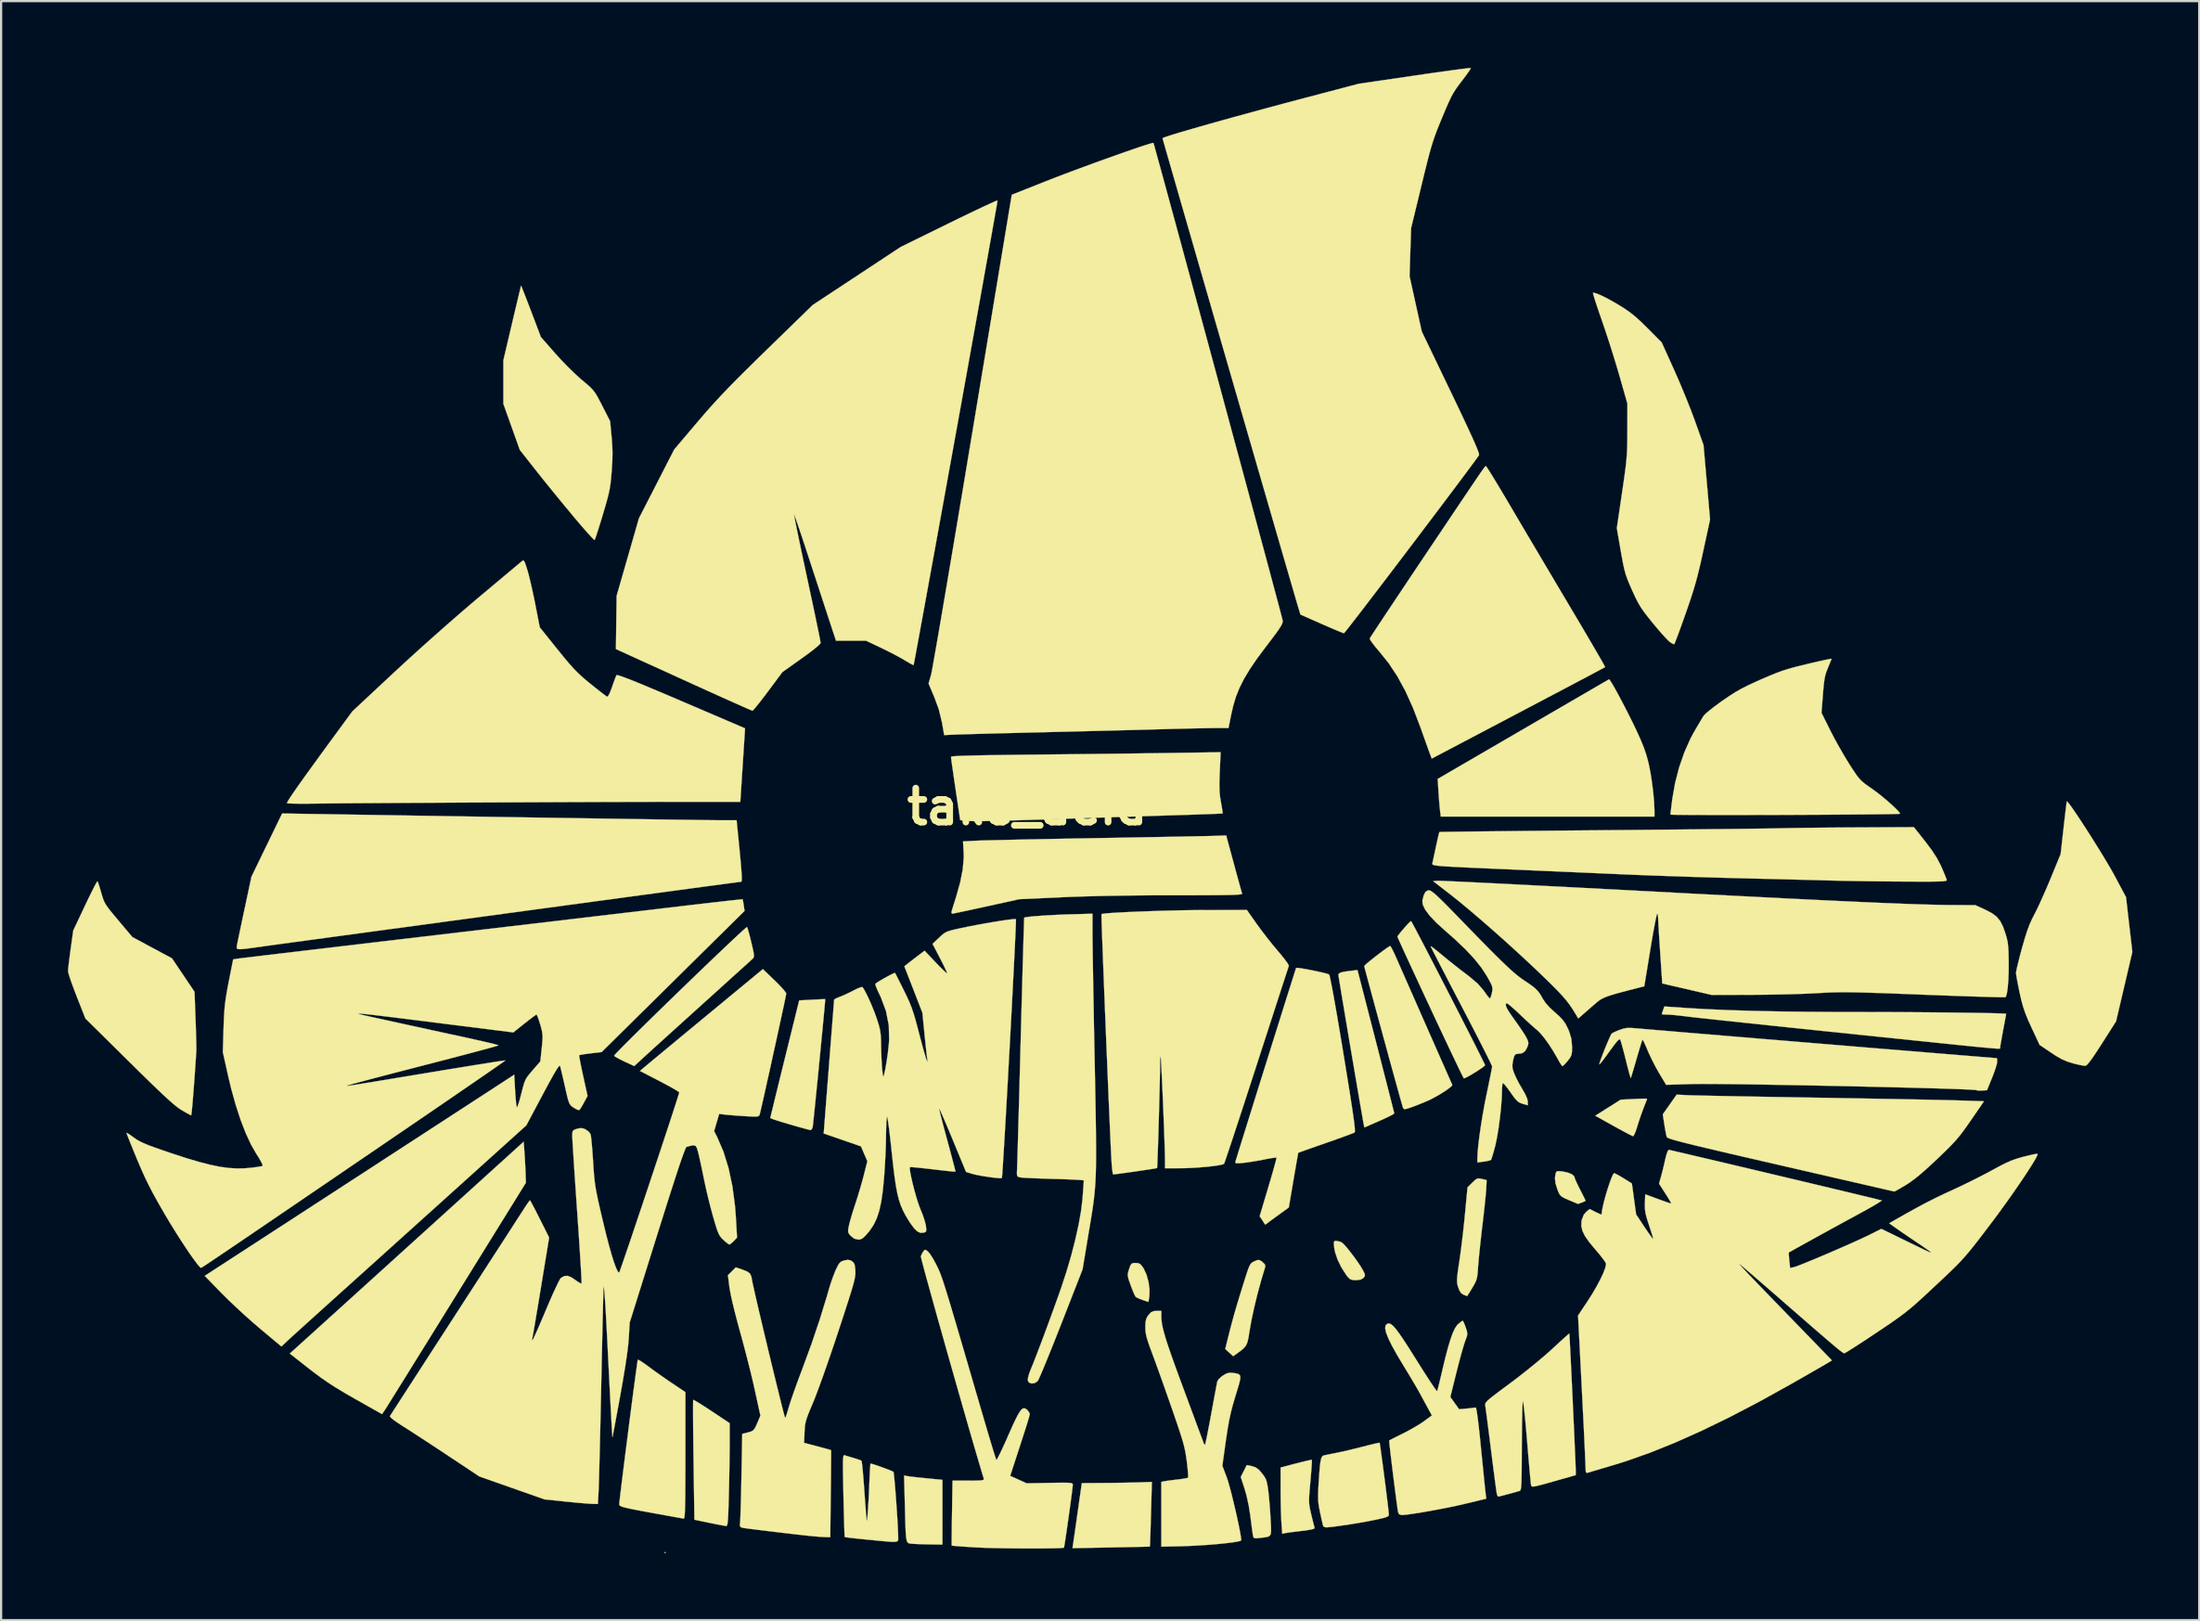
<source format=kicad_pcb>
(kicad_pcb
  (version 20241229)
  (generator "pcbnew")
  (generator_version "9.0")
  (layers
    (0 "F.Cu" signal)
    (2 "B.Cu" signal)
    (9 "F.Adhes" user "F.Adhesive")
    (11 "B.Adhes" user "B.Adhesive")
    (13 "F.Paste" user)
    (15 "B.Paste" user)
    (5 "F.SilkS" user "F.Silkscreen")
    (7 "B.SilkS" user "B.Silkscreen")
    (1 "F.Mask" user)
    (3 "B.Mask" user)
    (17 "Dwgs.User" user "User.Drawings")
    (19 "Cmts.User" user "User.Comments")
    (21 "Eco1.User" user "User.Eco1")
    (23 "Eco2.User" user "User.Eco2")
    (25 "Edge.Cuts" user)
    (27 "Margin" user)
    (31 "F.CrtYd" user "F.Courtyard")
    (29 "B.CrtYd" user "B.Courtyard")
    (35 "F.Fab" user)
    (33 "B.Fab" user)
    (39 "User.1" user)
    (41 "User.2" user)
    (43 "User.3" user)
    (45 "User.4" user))
  (footprint "take_acid"
    (layer "F.Cu")
    (at 43.075 33.172)
    (property "Reference" "take_acid" (at 0 0 0) (layer "F.SilkS") (effects (font (size 1.524 1.524) (thickness 0.3))))
    (attr through_hole)
    (fp_poly (pts (xy -16.234 33.489) (xy -16.262 33.517) (xy -16.289 33.489) (xy -16.262 33.462) (xy -16.234 33.489)) (stroke (width 0.01) (type solid)) (fill yes) (layer "F.SilkS"))
    (fp_poly (pts (xy -5.375 30.058) (xy -5.26 30.075) (xy -5.063 30.098) (xy -4.811 30.126) (xy -4.529 30.154) (xy -4.514 30.156) (xy -3.81 30.223) (xy -3.81 33.13) (xy -4.404 33.121) (xy -4.673 33.115) (xy -4.923 33.107) (xy -5.119 33.097) (xy -5.202 33.09) (xy -5.273 33.083) (xy -5.329 33.068) (xy -5.372 33.035) (xy -5.406 32.972) (xy -5.43 32.867) (xy -5.449 32.708) (xy -5.463 32.484) (xy -5.474 32.184) (xy -5.485 31.795) (xy -5.496 31.372) (xy -5.531 30.027) (xy -5.375 30.058)) (stroke (width 0.01) (type solid)) (fill yes) (layer "F.SilkS"))
    (fp_poly (pts (xy 27.795 13.108) (xy 27.83 13.113) (xy 27.811 13.17) (xy 27.76 13.304) (xy 27.688 13.488) (xy 27.668 13.538) (xy 27.568 13.808) (xy 27.463 14.115) (xy 27.384 14.37) (xy 27.32 14.568) (xy 27.258 14.716) (xy 27.21 14.789) (xy 27.2 14.793) (xy 27.134 14.765) (xy 26.989 14.693) (xy 26.782 14.583) (xy 26.53 14.447) (xy 26.321 14.331) (xy 25.502 13.874) (xy 26.072 13.515) (xy 26.642 13.155) (xy 27.236 13.124) (xy 27.477 13.113) (xy 27.671 13.108) (xy 27.795 13.108)) (stroke (width 0.01) (type solid)) (fill yes) (layer "F.SilkS"))
    (fp_poly (pts (xy 4.989 20.496) (xy 5.079 20.542) (xy 5.167 20.647) (xy 5.232 20.748) (xy 5.355 21.014) (xy 5.444 21.34) (xy 5.49 21.677) (xy 5.482 21.98) (xy 5.477 22.009) (xy 5.439 22.235) (xy 5.179 22.147) (xy 5.016 22.085) (xy 4.897 22.027) (xy 4.865 22.004) (xy 4.823 21.93) (xy 4.756 21.778) (xy 4.677 21.578) (xy 4.647 21.495) (xy 4.568 21.275) (xy 4.525 21.125) (xy 4.512 21.013) (xy 4.528 20.906) (xy 4.568 20.771) (xy 4.57 20.764) (xy 4.627 20.602) (xy 4.681 20.519) (xy 4.76 20.489) (xy 4.864 20.486) (xy 4.989 20.496)) (stroke (width 0.01) (type solid)) (fill yes) (layer "F.SilkS"))
    (fp_poly (pts (xy 14.021 19.523) (xy 14.122 19.565) (xy 14.208 19.64) (xy 14.338 19.785) (xy 14.495 19.98) (xy 14.664 20.202) (xy 14.827 20.429) (xy 14.969 20.64) (xy 15.072 20.814) (xy 15.084 20.836) (xy 15.149 20.973) (xy 15.162 21.054) (xy 15.125 21.122) (xy 15.097 21.154) (xy 14.978 21.23) (xy 14.789 21.257) (xy 14.748 21.257) (xy 14.591 21.248) (xy 14.485 21.206) (xy 14.387 21.108) (xy 14.321 21.022) (xy 14.105 20.687) (xy 13.931 20.331) (xy 13.817 19.989) (xy 13.784 19.809) (xy 13.767 19.631) (xy 13.771 19.536) (xy 13.804 19.499) (xy 13.873 19.494) (xy 14.021 19.523)) (stroke (width 0.01) (type solid)) (fill yes) (layer "F.SilkS"))
    (fp_poly (pts (xy 5.554 31.764) (xy 5.543 32.151) (xy 5.533 32.5) (xy 5.523 32.795) (xy 5.515 33.023) (xy 5.508 33.169) (xy 5.504 33.218) (xy 5.449 33.221) (xy 5.296 33.226) (xy 5.06 33.232) (xy 4.753 33.238) (xy 4.388 33.246) (xy 3.98 33.254) (xy 3.762 33.258) (xy 2.03 33.291) (xy 2.061 33.087) (xy 2.078 32.973) (xy 2.107 32.769) (xy 2.147 32.494) (xy 2.194 32.165) (xy 2.245 31.802) (xy 2.27 31.626) (xy 2.448 30.37) (xy 3.474 30.363) (xy 3.848 30.36) (xy 4.23 30.355) (xy 4.586 30.348) (xy 4.887 30.341) (xy 5.047 30.337) (xy 5.594 30.317) (xy 5.554 31.764)) (stroke (width 0.01) (type solid)) (fill yes) (layer "F.SilkS"))
    (fp_poly (pts (xy 23.923 16.365) (xy 24.04 16.379) (xy 24.273 16.429) (xy 24.452 16.503) (xy 24.555 16.592) (xy 24.572 16.643) (xy 24.596 16.718) (xy 24.66 16.865) (xy 24.754 17.061) (xy 24.82 17.191) (xy 24.926 17.398) (xy 25.009 17.565) (xy 25.059 17.67) (xy 25.069 17.694) (xy 25.024 17.72) (xy 24.921 17.764) (xy 24.807 17.807) (xy 24.727 17.83) (xy 24.715 17.831) (xy 24.666 17.809) (xy 24.539 17.755) (xy 24.361 17.68) (xy 24.316 17.661) (xy 24.115 17.574) (xy 23.989 17.502) (xy 23.91 17.42) (xy 23.849 17.303) (xy 23.805 17.191) (xy 23.716 16.906) (xy 23.692 16.67) (xy 23.723 16.468) (xy 23.752 16.395) (xy 23.809 16.364) (xy 23.923 16.365)) (stroke (width 0.01) (type solid)) (fill yes) (layer "F.SilkS"))
    (fp_poly (pts (xy 10.088 29.609) (xy 10.246 29.66) (xy 10.381 29.754) (xy 10.529 29.918) (xy 10.537 29.929) (xy 10.642 30.069) (xy 10.712 30.195) (xy 10.759 30.341) (xy 10.796 30.541) (xy 10.82 30.713) (xy 10.849 30.974) (xy 10.878 31.303) (xy 10.905 31.657) (xy 10.924 31.982) (xy 10.94 32.29) (xy 10.947 32.505) (xy 10.934 32.646) (xy 10.891 32.731) (xy 10.81 32.777) (xy 10.678 32.803) (xy 10.487 32.826) (xy 10.453 32.83) (xy 10.284 32.849) (xy 10.195 32.84) (xy 10.154 32.797) (xy 10.137 32.737) (xy 10.12 32.634) (xy 10.093 32.447) (xy 10.061 32.201) (xy 10.026 31.922) (xy 10.022 31.888) (xy 9.945 31.39) (xy 9.843 30.922) (xy 9.76 30.632) (xy 9.585 30.094) (xy 9.856 29.561) (xy 10.088 29.609)) (stroke (width 0.01) (type solid)) (fill yes) (layer "F.SilkS"))
    (fp_poly (pts (xy 10.511 20.405) (xy 10.552 20.435) (xy 10.669 20.549) (xy 10.688 20.643) (xy 10.504 21.257) (xy 10.334 21.884) (xy 10.185 22.497) (xy 10.063 23.067) (xy 9.975 23.565) (xy 9.97 23.598) (xy 9.926 23.873) (xy 9.877 24.066) (xy 9.81 24.208) (xy 9.707 24.326) (xy 9.555 24.449) (xy 9.482 24.502) (xy 9.246 24.671) (xy 9.067 24.511) (xy 8.888 24.351) (xy 9.057 23.674) (xy 9.143 23.337) (xy 9.229 23.016) (xy 9.32 22.69) (xy 9.424 22.334) (xy 9.548 21.927) (xy 9.698 21.444) (xy 9.748 21.283) (xy 9.844 20.982) (xy 9.916 20.767) (xy 9.975 20.623) (xy 10.028 20.53) (xy 10.086 20.472) (xy 10.157 20.429) (xy 10.19 20.413) (xy 10.324 20.356) (xy 10.413 20.352) (xy 10.511 20.405)) (stroke (width 0.01) (type solid)) (fill yes) (layer "F.SilkS"))
    (fp_poly (pts (xy -14.947 26.653) (xy -14.82 26.726) (xy -14.631 26.843) (xy -14.396 26.994) (xy -14.169 27.144) (xy -13.363 27.681) (xy -13.363 28.542) (xy -13.364 28.849) (xy -13.369 29.237) (xy -13.375 29.679) (xy -13.384 30.147) (xy -13.393 30.61) (xy -13.399 30.853) (xy -13.411 31.294) (xy -13.422 31.637) (xy -13.433 31.893) (xy -13.446 32.075) (xy -13.461 32.194) (xy -13.48 32.262) (xy -13.503 32.292) (xy -13.523 32.296) (xy -13.609 32.283) (xy -13.779 32.252) (xy -14.008 32.208) (xy -14.272 32.154) (xy -14.279 32.153) (xy -14.946 32.015) (xy -14.985 29.335) (xy -14.992 28.802) (xy -14.998 28.303) (xy -15.002 27.849) (xy -15.005 27.451) (xy -15.006 27.12) (xy -15.005 26.866) (xy -15.003 26.7) (xy -14.999 26.632) (xy -14.999 26.631) (xy -14.947 26.653)) (stroke (width 0.01) (type solid)) (fill yes) (layer "F.SilkS"))
    (fp_poly (pts (xy 12.778 29.327) (xy 12.779 29.386) (xy 12.771 29.537) (xy 12.756 29.762) (xy 12.733 30.042) (xy 12.711 30.305) (xy 12.68 30.651) (xy 12.66 30.912) (xy 12.652 31.109) (xy 12.655 31.269) (xy 12.671 31.413) (xy 12.7 31.566) (xy 12.743 31.751) (xy 12.753 31.796) (xy 12.81 32.029) (xy 12.859 32.223) (xy 12.893 32.353) (xy 12.903 32.39) (xy 12.862 32.424) (xy 12.716 32.461) (xy 12.475 32.499) (xy 12.33 32.516) (xy 12.07 32.547) (xy 11.837 32.576) (xy 11.663 32.601) (xy 11.59 32.613) (xy 11.447 32.643) (xy 11.411 32.133) (xy 11.399 31.9) (xy 11.388 31.588) (xy 11.38 31.231) (xy 11.376 30.86) (xy 11.375 30.646) (xy 11.375 29.669) (xy 12.067 29.488) (xy 12.327 29.422) (xy 12.545 29.369) (xy 12.701 29.336) (xy 12.775 29.326) (xy 12.778 29.327)) (stroke (width 0.01) (type solid)) (fill yes) (layer "F.SilkS"))
    (fp_poly (pts (xy 26.16 -5.681) (xy 26.24 -5.557) (xy 26.354 -5.362) (xy 26.494 -5.11) (xy 26.652 -4.815) (xy 26.821 -4.492) (xy 26.994 -4.154) (xy 27.163 -3.815) (xy 27.32 -3.49) (xy 27.352 -3.423) (xy 27.54 -3.008) (xy 27.684 -2.656) (xy 27.793 -2.335) (xy 27.881 -2.015) (xy 27.9 -1.933) (xy 27.978 -1.547) (xy 28.047 -1.106) (xy 28.104 -0.649) (xy 28.143 -0.215) (xy 28.16 0.157) (xy 28.161 0.207) (xy 28.161 0.442) (xy 18.567 0.442) (xy 18.534 0.179) (xy 18.516 0.01) (xy 18.495 -0.231) (xy 18.475 -0.506) (xy 18.464 -0.666) (xy 18.428 -1.248) (xy 22.259 -3.476) (xy 22.855 -3.823) (xy 23.424 -4.154) (xy 23.958 -4.464) (xy 24.45 -4.75) (xy 24.892 -5.007) (xy 25.278 -5.231) (xy 25.6 -5.418) (xy 25.851 -5.564) (xy 26.024 -5.664) (xy 26.112 -5.715) (xy 26.121 -5.72) (xy 26.16 -5.681)) (stroke (width 0.01) (type solid)) (fill yes) (layer "F.SilkS"))
    (fp_poly (pts (xy -22.576 15.541) (xy -22.557 15.834) (xy -22.54 16.149) (xy -22.528 16.426) (xy -22.527 16.462) (xy -22.513 16.883) (xy -25.622 21.901) (xy -26.045 22.583) (xy -26.453 23.241) (xy -26.842 23.869) (xy -27.209 24.459) (xy -27.549 25.007) (xy -27.858 25.505) (xy -28.133 25.947) (xy -28.37 26.327) (xy -28.564 26.639) (xy -28.711 26.875) (xy -28.808 27.03) (xy -28.85 27.096) (xy -28.97 27.274) (xy -30.174 26.594) (xy -30.647 26.322) (xy -31.048 26.08) (xy -31.403 25.851) (xy -31.739 25.617) (xy -32.082 25.361) (xy -32.246 25.234) (xy -33.113 24.553) (xy -32.335 23.849) (xy -32.187 23.716) (xy -31.964 23.514) (xy -31.673 23.25) (xy -31.319 22.929) (xy -30.909 22.558) (xy -30.45 22.142) (xy -29.948 21.688) (xy -29.411 21.201) (xy -28.843 20.687) (xy -28.253 20.152) (xy -27.646 19.602) (xy -27.084 19.093) (xy -22.612 15.041) (xy -22.576 15.541)) (stroke (width 0.01) (type solid)) (fill yes) (layer "F.SilkS"))
    (fp_poly (pts (xy 15.649 10.527) (xy 15.797 11.102) (xy 15.936 11.646) (xy 16.065 12.148) (xy 16.181 12.6) (xy 16.281 12.991) (xy 16.363 13.313) (xy 16.425 13.557) (xy 16.464 13.711) (xy 16.477 13.768) (xy 16.431 13.806) (xy 16.302 13.877) (xy 16.108 13.972) (xy 15.868 14.081) (xy 15.809 14.107) (xy 15.136 14.4) (xy 15.106 14.254) (xy 15.085 14.142) (xy 15.049 13.939) (xy 15 13.655) (xy 14.938 13.302) (xy 14.868 12.892) (xy 14.79 12.435) (xy 14.706 11.945) (xy 14.619 11.431) (xy 14.529 10.906) (xy 14.44 10.381) (xy 14.354 9.868) (xy 14.271 9.378) (xy 14.195 8.922) (xy 14.126 8.513) (xy 14.068 8.161) (xy 14.021 7.879) (xy 13.989 7.677) (xy 13.972 7.567) (xy 13.97 7.55) (xy 13.992 7.492) (xy 14.069 7.447) (xy 14.219 7.411) (xy 14.457 7.376) (xy 14.524 7.368) (xy 14.826 7.333) (xy 15.649 10.527)) (stroke (width 0.01) (type solid)) (fill yes) (layer "F.SilkS"))
    (fp_poly (pts (xy -9.076 8.693) (xy -9.088 8.845) (xy -9.109 9.081) (xy -9.138 9.39) (xy -9.173 9.76) (xy -9.213 10.177) (xy -9.257 10.63) (xy -9.303 11.105) (xy -9.351 11.591) (xy -9.398 12.076) (xy -9.445 12.546) (xy -9.49 12.99) (xy -9.53 13.394) (xy -9.567 13.747) (xy -9.597 14.036) (xy -9.62 14.249) (xy -9.635 14.373) (xy -9.638 14.398) (xy -9.685 14.493) (xy -9.733 14.518) (xy -9.807 14.502) (xy -9.967 14.46) (xy -10.195 14.398) (xy -10.47 14.32) (xy -10.671 14.262) (xy -10.961 14.176) (xy -11.21 14.098) (xy -11.4 14.035) (xy -11.514 13.991) (xy -11.539 13.976) (xy -11.525 13.917) (xy -11.488 13.762) (xy -11.429 13.52) (xy -11.352 13.202) (xy -11.258 12.819) (xy -11.15 12.381) (xy -11.032 11.898) (xy -10.904 11.381) (xy -10.889 11.32) (xy -10.241 8.697) (xy -9.662 8.666) (xy -9.423 8.654) (xy -9.23 8.644) (xy -9.106 8.64) (xy -9.073 8.639) (xy -9.076 8.693)) (stroke (width 0.01) (type solid)) (fill yes) (layer "F.SilkS"))
    (fp_poly (pts (xy 20.411 16.713) (xy 20.624 16.765) (xy 20.609 17.121) (xy 20.598 17.278) (xy 20.575 17.524) (xy 20.543 17.838) (xy 20.504 18.2) (xy 20.459 18.588) (xy 20.434 18.802) (xy 20.386 19.211) (xy 20.341 19.619) (xy 20.301 20.002) (xy 20.268 20.335) (xy 20.246 20.594) (xy 20.24 20.679) (xy 20.221 20.94) (xy 20.196 21.126) (xy 20.155 21.273) (xy 20.088 21.418) (xy 19.985 21.596) (xy 19.98 21.604) (xy 19.874 21.778) (xy 19.793 21.907) (xy 19.751 21.97) (xy 19.748 21.972) (xy 19.697 21.952) (xy 19.592 21.913) (xy 19.481 21.842) (xy 19.396 21.703) (xy 19.353 21.588) (xy 19.321 21.484) (xy 19.301 21.386) (xy 19.295 21.275) (xy 19.302 21.13) (xy 19.325 20.932) (xy 19.363 20.66) (xy 19.404 20.389) (xy 19.455 20.027) (xy 19.51 19.593) (xy 19.566 19.124) (xy 19.617 18.659) (xy 19.655 18.277) (xy 19.766 17.094) (xy 19.981 16.878) (xy 20.111 16.755) (xy 20.204 16.697) (xy 20.301 16.691) (xy 20.411 16.713)) (stroke (width 0.01) (type solid)) (fill yes) (layer "F.SilkS"))
    (fp_poly (pts (xy -17.441 24.843) (xy -17.326 24.912) (xy -17.161 25.025) (xy -17.006 25.139) (xy -16.762 25.318) (xy -16.467 25.528) (xy -16.162 25.74) (xy -15.944 25.888) (xy -15.35 26.286) (xy -15.35 29.128) (xy -15.351 29.786) (xy -15.353 30.341) (xy -15.356 30.801) (xy -15.36 31.172) (xy -15.366 31.462) (xy -15.375 31.678) (xy -15.385 31.829) (xy -15.397 31.92) (xy -15.412 31.961) (xy -15.419 31.964) (xy -15.491 31.953) (xy -15.655 31.924) (xy -15.898 31.88) (xy -16.203 31.825) (xy -16.557 31.761) (xy -16.897 31.699) (xy -17.328 31.619) (xy -17.662 31.555) (xy -17.912 31.503) (xy -18.089 31.461) (xy -18.207 31.425) (xy -18.277 31.393) (xy -18.311 31.36) (xy -18.321 31.332) (xy -18.316 31.264) (xy -18.298 31.099) (xy -18.269 30.849) (xy -18.23 30.524) (xy -18.182 30.137) (xy -18.128 29.7) (xy -18.068 29.225) (xy -18.004 28.723) (xy -17.938 28.206) (xy -17.872 27.687) (xy -17.806 27.176) (xy -17.742 26.686) (xy -17.682 26.229) (xy -17.627 25.817) (xy -17.579 25.461) (xy -17.539 25.173) (xy -17.51 24.965) (xy -17.491 24.849) (xy -17.487 24.831) (xy -17.441 24.843)) (stroke (width 0.01) (type solid)) (fill yes) (layer "F.SilkS"))
    (fp_poly (pts (xy 17.262 5.183) (xy 17.336 5.319) (xy 17.451 5.534) (xy 17.6 5.817) (xy 17.779 6.159) (xy 17.982 6.551) (xy 18.205 6.981) (xy 18.442 7.44) (xy 18.688 7.918) (xy 18.939 8.406) (xy 19.188 8.892) (xy 19.432 9.368) (xy 19.664 9.824) (xy 19.881 10.249) (xy 20.076 10.634) (xy 20.244 10.968) (xy 20.381 11.243) (xy 20.482 11.447) (xy 20.541 11.571) (xy 20.554 11.604) (xy 20.515 11.65) (xy 20.403 11.734) (xy 20.244 11.841) (xy 20.061 11.956) (xy 19.88 12.063) (xy 19.724 12.148) (xy 19.619 12.195) (xy 19.602 12.199) (xy 19.575 12.151) (xy 19.505 12.011) (xy 19.396 11.788) (xy 19.253 11.49) (xy 19.079 11.126) (xy 18.879 10.704) (xy 18.656 10.232) (xy 18.415 9.719) (xy 18.159 9.173) (xy 18.098 9.041) (xy 17.839 8.487) (xy 17.595 7.963) (xy 17.37 7.477) (xy 17.166 7.037) (xy 16.989 6.653) (xy 16.842 6.333) (xy 16.729 6.084) (xy 16.654 5.917) (xy 16.622 5.839) (xy 16.62 5.835) (xy 16.655 5.775) (xy 16.743 5.661) (xy 16.863 5.517) (xy 16.994 5.368) (xy 17.114 5.239) (xy 17.202 5.155) (xy 17.232 5.135) (xy 17.262 5.183)) (stroke (width 0.01) (type solid)) (fill yes) (layer "F.SilkS"))
    (fp_poly (pts (xy -12.557 5.468) (xy -12.512 5.618) (xy -12.455 5.831) (xy -12.392 6.085) (xy -12.392 6.088) (xy -12.326 6.367) (xy -12.287 6.559) (xy -12.273 6.683) (xy -12.281 6.759) (xy -12.309 6.806) (xy -12.316 6.812) (xy -12.372 6.863) (xy -12.501 6.981) (xy -12.697 7.158) (xy -12.95 7.387) (xy -13.253 7.66) (xy -13.597 7.972) (xy -13.975 8.313) (xy -14.379 8.678) (xy -14.495 8.782) (xy -14.923 9.169) (xy -15.343 9.549) (xy -15.745 9.913) (xy -16.118 10.25) (xy -16.452 10.553) (xy -16.736 10.81) (xy -16.96 11.014) (xy -17.113 11.153) (xy -17.121 11.161) (xy -17.65 11.645) (xy -18.088 11.441) (xy -18.288 11.343) (xy -18.447 11.257) (xy -18.538 11.196) (xy -18.551 11.182) (xy -18.517 11.135) (xy -18.41 11.02) (xy -18.239 10.844) (xy -18.01 10.613) (xy -17.731 10.335) (xy -17.41 10.018) (xy -17.054 9.668) (xy -16.671 9.293) (xy -16.267 8.899) (xy -15.851 8.495) (xy -15.43 8.087) (xy -15.012 7.683) (xy -14.603 7.29) (xy -14.212 6.915) (xy -13.845 6.565) (xy -13.511 6.248) (xy -13.217 5.971) (xy -12.969 5.74) (xy -12.777 5.564) (xy -12.646 5.449) (xy -12.586 5.403) (xy -12.582 5.403) (xy -12.557 5.468)) (stroke (width 0.01) (type solid)) (fill yes) (layer "F.SilkS"))
    (fp_poly (pts (xy 15.819 28.558) (xy 15.831 28.616) (xy 15.854 28.766) (xy 15.885 28.993) (xy 15.924 29.279) (xy 15.968 29.609) (xy 16.015 29.964) (xy 16.062 30.329) (xy 16.107 30.687) (xy 16.149 31.021) (xy 16.184 31.314) (xy 16.212 31.55) (xy 16.229 31.712) (xy 16.235 31.781) (xy 16.224 31.829) (xy 16.182 31.869) (xy 16.091 31.907) (xy 15.936 31.95) (xy 15.698 32.003) (xy 15.502 32.043) (xy 15.196 32.102) (xy 14.855 32.162) (xy 14.502 32.22) (xy 14.159 32.271) (xy 13.85 32.314) (xy 13.599 32.344) (xy 13.429 32.357) (xy 13.406 32.357) (xy 13.309 32.325) (xy 13.282 32.288) (xy 13.262 32.207) (xy 13.225 32.045) (xy 13.178 31.829) (xy 13.147 31.687) (xy 13.103 31.462) (xy 13.074 31.269) (xy 13.06 31.078) (xy 13.059 30.86) (xy 13.071 30.582) (xy 13.085 30.334) (xy 13.111 29.938) (xy 13.137 29.639) (xy 13.163 29.424) (xy 13.193 29.278) (xy 13.229 29.189) (xy 13.274 29.143) (xy 13.3 29.132) (xy 13.394 29.111) (xy 13.564 29.075) (xy 13.78 29.032) (xy 13.86 29.017) (xy 14.1 28.967) (xy 14.407 28.897) (xy 14.742 28.816) (xy 15.065 28.734) (xy 15.066 28.734) (xy 15.335 28.665) (xy 15.562 28.61) (xy 15.727 28.572) (xy 15.812 28.557) (xy 15.819 28.558)) (stroke (width 0.01) (type solid)) (fill yes) (layer "F.SilkS"))
    (fp_poly (pts (xy 16.327 6.292) (xy 16.394 6.415) (xy 16.484 6.599) (xy 16.564 6.776) (xy 16.747 7.193) (xy 16.947 7.648) (xy 17.16 8.131) (xy 17.381 8.633) (xy 17.606 9.144) (xy 17.83 9.653) (xy 18.049 10.15) (xy 18.259 10.625) (xy 18.454 11.068) (xy 18.631 11.469) (xy 18.786 11.818) (xy 18.912 12.104) (xy 19.007 12.318) (xy 19.066 12.449) (xy 19.084 12.488) (xy 19.056 12.54) (xy 18.949 12.632) (xy 18.785 12.749) (xy 18.583 12.878) (xy 18.363 13.008) (xy 18.144 13.125) (xy 18.001 13.193) (xy 17.748 13.301) (xy 17.492 13.403) (xy 17.259 13.49) (xy 17.072 13.553) (xy 16.956 13.582) (xy 16.941 13.583) (xy 16.881 13.54) (xy 16.869 13.514) (xy 16.844 13.434) (xy 16.795 13.26) (xy 16.723 13.005) (xy 16.633 12.681) (xy 16.527 12.297) (xy 16.408 11.867) (xy 16.28 11.401) (xy 16.146 10.91) (xy 16.008 10.407) (xy 15.87 9.901) (xy 15.735 9.406) (xy 15.606 8.932) (xy 15.486 8.49) (xy 15.378 8.093) (xy 15.286 7.751) (xy 15.212 7.475) (xy 15.16 7.278) (xy 15.133 7.17) (xy 15.13 7.154) (xy 15.171 7.106) (xy 15.281 7.008) (xy 15.441 6.877) (xy 15.63 6.728) (xy 15.828 6.576) (xy 16.015 6.437) (xy 16.171 6.326) (xy 16.276 6.259) (xy 16.292 6.252) (xy 16.327 6.292)) (stroke (width 0.01) (type solid)) (fill yes) (layer "F.SilkS"))
    (fp_poly (pts (xy -22.707 -23.349) (xy -22.653 -23.214) (xy -22.571 -23.004) (xy -22.466 -22.734) (xy -22.345 -22.419) (xy -22.279 -22.246) (xy -21.838 -21.087) (xy -21.194 -20.352) (xy -20.934 -20.066) (xy -20.646 -19.768) (xy -20.359 -19.486) (xy -20.1 -19.248) (xy -19.995 -19.158) (xy -19.775 -18.973) (xy -19.613 -18.828) (xy -19.49 -18.697) (xy -19.385 -18.555) (xy -19.28 -18.375) (xy -19.152 -18.134) (xy -19.086 -18.005) (xy -18.732 -17.311) (xy -18.664 -16.6) (xy -18.635 -16.228) (xy -18.624 -15.886) (xy -18.631 -15.531) (xy -18.657 -15.118) (xy -18.662 -15.054) (xy -18.687 -14.756) (xy -18.714 -14.507) (xy -18.749 -14.28) (xy -18.796 -14.051) (xy -18.862 -13.791) (xy -18.951 -13.477) (xy -19.059 -13.114) (xy -19.159 -12.782) (xy -19.251 -12.487) (xy -19.33 -12.244) (xy -19.388 -12.071) (xy -19.423 -11.982) (xy -19.427 -11.975) (xy -19.471 -12.006) (xy -19.575 -12.112) (xy -19.73 -12.283) (xy -19.928 -12.507) (xy -20.158 -12.774) (xy -20.411 -13.074) (xy -20.43 -13.098) (xy -20.735 -13.465) (xy -21.062 -13.863) (xy -21.39 -14.265) (xy -21.699 -14.647) (xy -21.968 -14.984) (xy -22.091 -15.14) (xy -22.786 -16.023) (xy -23.154 -17.055) (xy -23.523 -18.088) (xy -23.523 -20.046) (xy -23.13 -21.715) (xy -23.033 -22.127) (xy -22.944 -22.503) (xy -22.866 -22.829) (xy -22.803 -23.093) (xy -22.757 -23.282) (xy -22.732 -23.382) (xy -22.728 -23.395) (xy -22.707 -23.349)) (stroke (width 0.01) (type solid)) (fill yes) (layer "F.SilkS"))
    (fp_poly (pts (xy -41.72 3.41) (xy -41.671 3.555) (xy -41.611 3.755) (xy -41.578 3.869) (xy -41.525 4.049) (xy -41.474 4.195) (xy -41.413 4.326) (xy -41.329 4.462) (xy -41.211 4.622) (xy -41.045 4.826) (xy -40.821 5.094) (xy -40.81 5.107) (xy -40.182 5.853) (xy -39.292 6.33) (xy -38.403 6.808) (xy -37.391 8.31) (xy -37.345 9.553) (xy -37.332 9.922) (xy -37.322 10.263) (xy -37.314 10.556) (xy -37.31 10.785) (xy -37.309 10.929) (xy -37.31 10.961) (xy -37.343 11.471) (xy -37.377 11.961) (xy -37.41 12.42) (xy -37.442 12.835) (xy -37.471 13.195) (xy -37.497 13.489) (xy -37.519 13.704) (xy -37.535 13.829) (xy -37.543 13.857) (xy -37.602 13.83) (xy -37.732 13.759) (xy -37.907 13.658) (xy -37.969 13.622) (xy -38.08 13.551) (xy -38.211 13.453) (xy -38.369 13.322) (xy -38.562 13.152) (xy -38.796 12.937) (xy -39.079 12.669) (xy -39.417 12.342) (xy -39.818 11.95) (xy -40.289 11.486) (xy -40.326 11.45) (xy -42.29 9.509) (xy -42.68 8.519) (xy -42.802 8.201) (xy -42.909 7.91) (xy -42.993 7.665) (xy -43.049 7.483) (xy -43.07 7.385) (xy -43.07 7.383) (xy -43.062 7.278) (xy -43.042 7.088) (xy -43.011 6.834) (xy -42.972 6.541) (xy -42.953 6.397) (xy -42.836 5.558) (xy -42.306 4.437) (xy -42.153 4.117) (xy -42.014 3.834) (xy -41.898 3.604) (xy -41.81 3.44) (xy -41.758 3.355) (xy -41.747 3.347) (xy -41.72 3.41)) (stroke (width 0.01) (type solid)) (fill yes) (layer "F.SilkS"))
    (fp_poly (pts (xy 8.642 -1.569) (xy 8.628 -1.19) (xy 8.626 -0.892) (xy 8.635 -0.647) (xy 8.659 -0.425) (xy 8.696 -0.202) (xy 8.735 0.015) (xy 8.761 0.186) (xy 8.772 0.286) (xy 8.77 0.301) (xy 8.713 0.306) (xy 8.557 0.314) (xy 8.315 0.324) (xy 7.999 0.336) (xy 7.62 0.349) (xy 7.192 0.363) (xy 6.725 0.378) (xy 6.626 0.381) (xy 6.149 0.396) (xy 5.582 0.414) (xy 4.945 0.434) (xy 4.258 0.456) (xy 3.541 0.479) (xy 2.813 0.502) (xy 2.096 0.526) (xy 1.41 0.548) (xy 1.242 0.554) (xy 0.509 0.578) (xy -0.123 0.598) (xy -0.662 0.614) (xy -1.118 0.628) (xy -1.498 0.637) (xy -1.813 0.644) (xy -2.07 0.647) (xy -2.279 0.648) (xy -2.449 0.646) (xy -2.588 0.641) (xy -2.705 0.634) (xy -2.809 0.624) (xy -2.818 0.623) (xy -3.012 0.602) (xy -3.22 -0.789) (xy -3.276 -1.17) (xy -3.326 -1.516) (xy -3.369 -1.812) (xy -3.401 -2.042) (xy -3.42 -2.19) (xy -3.425 -2.241) (xy -3.385 -2.255) (xy -3.263 -2.268) (xy -3.056 -2.28) (xy -2.76 -2.291) (xy -2.371 -2.301) (xy -1.886 -2.311) (xy -1.302 -2.32) (xy -0.615 -2.329) (xy 0.179 -2.338) (xy 0.235 -2.338) (xy 0.95 -2.346) (xy 1.702 -2.354) (xy 2.472 -2.362) (xy 3.24 -2.371) (xy 3.989 -2.38) (xy 4.698 -2.389) (xy 5.348 -2.398) (xy 5.922 -2.406) (xy 6.287 -2.411) (xy 8.681 -2.447) (xy 8.642 -1.569)) (stroke (width 0.01) (type solid)) (fill yes) (layer "F.SilkS"))
    (fp_poly (pts (xy 9.275 2.559) (xy 9.372 2.919) (xy 9.462 3.246) (xy 9.538 3.524) (xy 9.598 3.736) (xy 9.636 3.867) (xy 9.646 3.902) (xy 9.637 3.918) (xy 9.59 3.932) (xy 9.498 3.943) (xy 9.353 3.952) (xy 9.148 3.96) (xy 8.875 3.966) (xy 8.526 3.97) (xy 8.093 3.973) (xy 7.569 3.975) (xy 6.946 3.975) (xy 6.591 3.975) (xy 5.503 3.978) (xy 4.472 3.988) (xy 3.509 4.003) (xy 2.628 4.025) (xy 1.84 4.052) (xy 1.574 4.063) (xy -0.359 4.152) (xy -1.839 4.478) (xy -2.229 4.563) (xy -2.585 4.641) (xy -2.892 4.706) (xy -3.135 4.757) (xy -3.3 4.791) (xy -3.373 4.804) (xy -3.375 4.804) (xy -3.405 4.76) (xy -3.393 4.68) (xy -3.36 4.573) (xy -3.304 4.393) (xy -3.233 4.169) (xy -3.197 4.056) (xy -3.011 3.392) (xy -2.896 2.802) (xy -2.852 2.279) (xy -2.857 2.035) (xy -2.885 1.558) (xy -2.257 1.525) (xy -2.106 1.519) (xy -1.855 1.512) (xy -1.512 1.503) (xy -1.086 1.493) (xy -0.587 1.482) (xy -0.025 1.47) (xy 0.592 1.457) (xy 1.254 1.444) (xy 1.952 1.431) (xy 2.677 1.418) (xy 3.203 1.408) (xy 3.935 1.396) (xy 4.644 1.383) (xy 5.32 1.371) (xy 5.955 1.359) (xy 6.54 1.348) (xy 7.066 1.338) (xy 7.524 1.329) (xy 7.905 1.321) (xy 8.199 1.315) (xy 8.4 1.31) (xy 8.483 1.307) (xy 8.931 1.291) (xy 9.275 2.559)) (stroke (width 0.01) (type solid)) (fill yes) (layer "F.SilkS"))
    (fp_poly (pts (xy 46.709 -0.217) (xy 46.794 -0.113) (xy 46.921 0.062) (xy 47.082 0.296) (xy 47.269 0.577) (xy 47.476 0.894) (xy 47.695 1.234) (xy 47.917 1.586) (xy 48.136 1.937) (xy 48.344 2.277) (xy 48.533 2.593) (xy 48.696 2.873) (xy 48.817 3.092) (xy 49.333 4.058) (xy 49.475 5.289) (xy 49.617 6.52) (xy 49.252 8.078) (xy 48.887 9.635) (xy 48.254 10.629) (xy 48.014 11.001) (xy 47.824 11.282) (xy 47.679 11.477) (xy 47.577 11.592) (xy 47.513 11.633) (xy 47.513 11.633) (xy 47.411 11.623) (xy 47.235 11.59) (xy 47.02 11.54) (xy 46.954 11.522) (xy 46.696 11.442) (xy 46.46 11.34) (xy 46.207 11.197) (xy 45.979 11.048) (xy 45.454 10.695) (xy 45.091 9.917) (xy 44.928 9.558) (xy 44.806 9.256) (xy 44.711 8.971) (xy 44.628 8.664) (xy 44.561 8.368) (xy 44.501 8.079) (xy 44.45 7.819) (xy 44.414 7.61) (xy 44.397 7.479) (xy 44.395 7.457) (xy 44.41 7.36) (xy 44.45 7.176) (xy 44.511 6.927) (xy 44.587 6.63) (xy 44.665 6.342) (xy 44.787 5.917) (xy 44.896 5.574) (xy 45.004 5.288) (xy 45.118 5.033) (xy 45.212 4.851) (xy 45.321 4.637) (xy 45.458 4.346) (xy 45.613 4.003) (xy 45.774 3.635) (xy 45.93 3.267) (xy 45.945 3.23) (xy 46.399 2.126) (xy 46.529 0.966) (xy 46.569 0.619) (xy 46.605 0.31) (xy 46.636 0.054) (xy 46.659 -0.132) (xy 46.673 -0.229) (xy 46.675 -0.239) (xy 46.709 -0.217)) (stroke (width 0.01) (type solid)) (fill yes) (layer "F.SilkS"))
    (fp_poly (pts (xy 29.639 12.952) (xy 29.764 12.957) (xy 29.99 12.963) (xy 30.31 12.97) (xy 30.715 12.979) (xy 31.196 12.989) (xy 31.745 12.999) (xy 32.353 13.011) (xy 33.012 13.023) (xy 33.714 13.035) (xy 34.449 13.048) (xy 35.21 13.061) (xy 35.394 13.064) (xy 36.178 13.077) (xy 36.951 13.091) (xy 37.703 13.104) (xy 38.425 13.117) (xy 39.107 13.13) (xy 39.739 13.142) (xy 40.311 13.153) (xy 40.812 13.164) (xy 41.234 13.173) (xy 41.566 13.181) (xy 41.798 13.188) (xy 41.812 13.188) (xy 42.956 13.225) (xy 42.368 14.08) (xy 42.161 14.378) (xy 41.981 14.624) (xy 41.811 14.84) (xy 41.631 15.046) (xy 41.423 15.265) (xy 41.169 15.516) (xy 40.865 15.808) (xy 40.481 16.167) (xy 40.156 16.455) (xy 39.877 16.685) (xy 39.629 16.867) (xy 39.453 16.981) (xy 39.246 17.104) (xy 39.076 17.202) (xy 38.963 17.263) (xy 38.928 17.277) (xy 38.872 17.264) (xy 38.715 17.228) (xy 38.466 17.171) (xy 38.131 17.094) (xy 37.719 16.999) (xy 37.236 16.888) (xy 36.691 16.763) (xy 36.09 16.624) (xy 35.441 16.475) (xy 34.752 16.316) (xy 34.031 16.15) (xy 33.827 16.103) (xy 32.963 15.904) (xy 32.201 15.728) (xy 31.535 15.573) (xy 30.958 15.438) (xy 30.463 15.321) (xy 30.045 15.221) (xy 29.698 15.136) (xy 29.415 15.064) (xy 29.19 15.005) (xy 29.016 14.956) (xy 28.889 14.916) (xy 28.801 14.884) (xy 28.746 14.857) (xy 28.719 14.834) (xy 28.713 14.825) (xy 28.686 14.72) (xy 28.651 14.541) (xy 28.613 14.321) (xy 28.604 14.263) (xy 28.535 13.811) (xy 28.846 13.37) (xy 29.157 12.928) (xy 29.639 12.952)) (stroke (width 0.01) (type solid)) (fill yes) (layer "F.SilkS"))
    (fp_poly (pts (xy 29.556 9.035) (xy 30.414 9.086) (xy 31.38 9.129) (xy 32.455 9.163) (xy 33.636 9.19) (xy 34.923 9.207) (xy 36.315 9.217) (xy 37.41 9.218) (xy 37.982 9.219) (xy 38.578 9.22) (xy 39.187 9.223) (xy 39.8 9.227) (xy 40.406 9.231) (xy 40.997 9.237) (xy 41.561 9.243) (xy 42.088 9.25) (xy 42.57 9.257) (xy 42.996 9.264) (xy 43.356 9.272) (xy 43.64 9.28) (xy 43.838 9.288) (xy 43.94 9.295) (xy 43.953 9.299) (xy 43.943 9.352) (xy 43.917 9.493) (xy 43.878 9.704) (xy 43.829 9.964) (xy 43.814 10.044) (xy 43.764 10.319) (xy 43.722 10.554) (xy 43.692 10.729) (xy 43.678 10.823) (xy 43.677 10.831) (xy 43.679 10.84) (xy 43.682 10.849) (xy 43.679 10.856) (xy 43.666 10.861) (xy 43.636 10.863) (xy 43.583 10.863) (xy 43.503 10.859) (xy 43.39 10.85) (xy 43.237 10.837) (xy 43.039 10.819) (xy 42.79 10.796) (xy 42.485 10.766) (xy 42.119 10.729) (xy 41.684 10.685) (xy 41.177 10.633) (xy 40.59 10.572) (xy 39.919 10.503) (xy 39.157 10.424) (xy 38.299 10.336) (xy 37.34 10.236) (xy 36.885 10.189) (xy 36.032 10.101) (xy 35.199 10.014) (xy 34.394 9.93) (xy 33.626 9.85) (xy 32.902 9.773) (xy 32.23 9.702) (xy 31.617 9.637) (xy 31.071 9.579) (xy 30.6 9.528) (xy 30.211 9.486) (xy 29.913 9.453) (xy 29.713 9.43) (xy 29.649 9.422) (xy 29.361 9.387) (xy 29.089 9.358) (xy 28.866 9.339) (xy 28.724 9.332) (xy 28.582 9.328) (xy 28.5 9.317) (xy 28.492 9.312) (xy 28.508 9.252) (xy 28.548 9.134) (xy 28.549 9.131) (xy 28.605 8.969) (xy 29.556 9.035)) (stroke (width 0.01) (type solid)) (fill yes) (layer "F.SilkS"))
    (fp_poly (pts (xy 25.539 -23.051) (xy 25.752 -22.965) (xy 26.026 -22.83) (xy 26.346 -22.654) (xy 26.56 -22.528) (xy 26.845 -22.348) (xy 27.09 -22.176) (xy 27.322 -21.987) (xy 27.571 -21.759) (xy 27.84 -21.494) (xy 28.486 -20.845) (xy 29.042 -19.615) (xy 29.23 -19.189) (xy 29.43 -18.717) (xy 29.627 -18.235) (xy 29.808 -17.776) (xy 29.958 -17.377) (xy 29.981 -17.313) (xy 30.363 -16.241) (xy 30.657 -12.893) (xy 30.346 -11.46) (xy 30.233 -10.947) (xy 30.129 -10.51) (xy 30.026 -10.117) (xy 29.914 -9.734) (xy 29.785 -9.329) (xy 29.628 -8.87) (xy 29.554 -8.658) (xy 29.424 -8.293) (xy 29.306 -7.964) (xy 29.203 -7.686) (xy 29.122 -7.472) (xy 29.067 -7.336) (xy 29.044 -7.291) (xy 28.983 -7.318) (xy 28.872 -7.381) (xy 28.866 -7.385) (xy 28.782 -7.458) (xy 28.644 -7.601) (xy 28.466 -7.798) (xy 28.265 -8.032) (xy 28.103 -8.226) (xy 27.868 -8.517) (xy 27.688 -8.752) (xy 27.546 -8.958) (xy 27.425 -9.162) (xy 27.309 -9.391) (xy 27.179 -9.673) (xy 27.158 -9.718) (xy 27.037 -9.994) (xy 26.944 -10.221) (xy 26.872 -10.428) (xy 26.812 -10.641) (xy 26.757 -10.888) (xy 26.699 -11.197) (xy 26.648 -11.485) (xy 26.471 -12.507) (xy 26.707 -14.108) (xy 26.777 -14.585) (xy 26.831 -14.975) (xy 26.873 -15.3) (xy 26.902 -15.582) (xy 26.923 -15.842) (xy 26.935 -16.103) (xy 26.942 -16.387) (xy 26.944 -16.715) (xy 26.945 -16.904) (xy 26.946 -18.099) (xy 26.586 -19.361) (xy 26.45 -19.822) (xy 26.29 -20.343) (xy 26.119 -20.882) (xy 25.949 -21.399) (xy 25.794 -21.851) (xy 25.794 -21.852) (xy 25.674 -22.197) (xy 25.57 -22.505) (xy 25.487 -22.76) (xy 25.429 -22.95) (xy 25.401 -23.06) (xy 25.401 -23.081) (xy 25.539 -23.051)) (stroke (width 0.01) (type solid)) (fill yes) (layer "F.SilkS"))
    (fp_poly (pts (xy -8.204 29.118) (xy -8.103 29.152) (xy -7.937 29.202) (xy -7.797 29.243) (xy -7.622 29.297) (xy -7.492 29.344) (xy -7.444 29.368) (xy -7.43 29.431) (xy -7.41 29.588) (xy -7.387 29.824) (xy -7.361 30.123) (xy -7.334 30.469) (xy -7.317 30.701) (xy -7.291 31.07) (xy -7.267 31.402) (xy -7.245 31.683) (xy -7.227 31.896) (xy -7.215 32.024) (xy -7.211 32.054) (xy -7.197 32.038) (xy -7.181 31.924) (xy -7.163 31.723) (xy -7.144 31.448) (xy -7.124 31.111) (xy -7.105 30.723) (xy -7.092 30.397) (xy -7.079 30.097) (xy -7.066 29.838) (xy -7.054 29.64) (xy -7.044 29.521) (xy -7.039 29.495) (xy -6.983 29.504) (xy -6.852 29.544) (xy -6.673 29.604) (xy -6.473 29.676) (xy -6.28 29.748) (xy -6.121 29.811) (xy -6.024 29.855) (xy -6.009 29.865) (xy -5.996 29.927) (xy -5.979 30.081) (xy -5.957 30.31) (xy -5.932 30.596) (xy -5.907 30.922) (xy -5.881 31.27) (xy -5.857 31.622) (xy -5.835 31.961) (xy -5.817 32.269) (xy -5.805 32.529) (xy -5.798 32.722) (xy -5.798 32.768) (xy -5.795 32.853) (xy -5.797 32.918) (xy -5.815 32.964) (xy -5.861 32.994) (xy -5.95 33.007) (xy -6.092 33.006) (xy -6.302 32.991) (xy -6.59 32.965) (xy -6.971 32.928) (xy -7.168 32.909) (xy -7.489 32.877) (xy -7.77 32.847) (xy -7.993 32.821) (xy -8.141 32.802) (xy -8.196 32.791) (xy -8.202 32.733) (xy -8.209 32.578) (xy -8.217 32.338) (xy -8.227 32.027) (xy -8.237 31.657) (xy -8.247 31.242) (xy -8.254 30.927) (xy -8.265 30.427) (xy -8.272 30.026) (xy -8.276 29.714) (xy -8.276 29.48) (xy -8.272 29.314) (xy -8.263 29.206) (xy -8.25 29.144) (xy -8.232 29.117) (xy -8.209 29.116) (xy -8.204 29.118)) (stroke (width 0.01) (type solid)) (fill yes) (layer "F.SilkS"))
    (fp_poly (pts (xy 20.629 -15.249) (xy 20.715 -15.118) (xy 20.844 -14.913) (xy 21.009 -14.643) (xy 21.205 -14.319) (xy 21.424 -13.951) (xy 21.661 -13.551) (xy 21.699 -13.487) (xy 21.942 -13.073) (xy 22.232 -12.582) (xy 22.557 -12.032) (xy 22.907 -11.442) (xy 23.27 -10.828) (xy 23.637 -10.209) (xy 23.997 -9.602) (xy 24.339 -9.027) (xy 24.364 -8.984) (xy 24.659 -8.488) (xy 24.935 -8.021) (xy 25.188 -7.59) (xy 25.413 -7.206) (xy 25.605 -6.876) (xy 25.759 -6.61) (xy 25.87 -6.414) (xy 25.932 -6.298) (xy 25.945 -6.269) (xy 25.894 -6.241) (xy 25.753 -6.165) (xy 25.528 -6.046) (xy 25.229 -5.886) (xy 24.861 -5.692) (xy 24.432 -5.465) (xy 23.95 -5.21) (xy 23.421 -4.932) (xy 22.855 -4.633) (xy 22.257 -4.318) (xy 22.042 -4.205) (xy 18.161 -2.162) (xy 18.104 -2.31) (xy 18.069 -2.404) (xy 18.003 -2.585) (xy 17.914 -2.835) (xy 17.806 -3.136) (xy 17.687 -3.471) (xy 17.645 -3.589) (xy 17.318 -4.442) (xy 16.977 -5.195) (xy 16.615 -5.859) (xy 16.227 -6.445) (xy 15.838 -6.93) (xy 15.66 -7.139) (xy 15.515 -7.324) (xy 15.416 -7.466) (xy 15.378 -7.547) (xy 15.378 -7.556) (xy 15.413 -7.613) (xy 15.504 -7.754) (xy 15.647 -7.972) (xy 15.836 -8.258) (xy 16.066 -8.605) (xy 16.332 -9.005) (xy 16.629 -9.45) (xy 16.952 -9.934) (xy 17.295 -10.447) (xy 17.485 -10.731) (xy 17.986 -11.478) (xy 18.43 -12.139) (xy 18.819 -12.719) (xy 19.157 -13.223) (xy 19.449 -13.657) (xy 19.697 -14.026) (xy 19.905 -14.334) (xy 20.077 -14.588) (xy 20.216 -14.793) (xy 20.326 -14.954) (xy 20.411 -15.076) (xy 20.474 -15.165) (xy 20.519 -15.226) (xy 20.55 -15.264) (xy 20.569 -15.285) (xy 20.582 -15.293) (xy 20.59 -15.295) (xy 20.592 -15.295) (xy 20.629 -15.249)) (stroke (width 0.01) (type solid)) (fill yes) (layer "F.SilkS"))
    (fp_poly (pts (xy -32.534 0.319) (xy -31.292 0.339) (xy -30.051 0.359) (xy -28.818 0.379) (xy -27.598 0.399) (xy -26.395 0.418) (xy -25.216 0.437) (xy -24.065 0.455) (xy -22.947 0.473) (xy -21.869 0.49) (xy -20.835 0.506) (xy -19.85 0.521) (xy -18.92 0.535) (xy -18.049 0.549) (xy -17.244 0.561) (xy -16.509 0.572) (xy -15.85 0.581) (xy -15.272 0.589) (xy -14.78 0.596) (xy -14.379 0.602) (xy -14.075 0.605) (xy -13.873 0.607) (xy -13.8 0.608) (xy -13.051 0.607) (xy -12.915 1.988) (xy -12.871 2.453) (xy -12.84 2.816) (xy -12.823 3.082) (xy -12.819 3.258) (xy -12.828 3.35) (xy -12.842 3.368) (xy -12.903 3.376) (xy -13.067 3.397) (xy -13.329 3.431) (xy -13.681 3.478) (xy -14.117 3.536) (xy -14.632 3.605) (xy -15.219 3.684) (xy -15.872 3.772) (xy -16.584 3.868) (xy -17.35 3.971) (xy -18.162 4.081) (xy -19.016 4.196) (xy -19.904 4.317) (xy -20.629 4.415) (xy -21.592 4.545) (xy -22.557 4.676) (xy -23.515 4.806) (xy -24.458 4.934) (xy -25.377 5.058) (xy -26.261 5.178) (xy -27.103 5.292) (xy -27.892 5.399) (xy -28.621 5.497) (xy -29.279 5.586) (xy -29.858 5.665) (xy -30.348 5.731) (xy -30.741 5.784) (xy -30.839 5.798) (xy -31.394 5.873) (xy -31.953 5.949) (xy -32.498 6.023) (xy -33.011 6.092) (xy -33.474 6.156) (xy -33.872 6.21) (xy -34.186 6.253) (xy -34.302 6.269) (xy -34.698 6.325) (xy -34.998 6.365) (xy -35.214 6.39) (xy -35.359 6.398) (xy -35.447 6.389) (xy -35.489 6.362) (xy -35.499 6.316) (xy -35.49 6.25) (xy -35.48 6.198) (xy -35.459 6.089) (xy -35.417 5.888) (xy -35.36 5.614) (xy -35.29 5.282) (xy -35.212 4.91) (xy -35.138 4.566) (xy -34.834 3.14) (xy -34.145 1.722) (xy -33.457 0.304) (xy -32.534 0.319)) (stroke (width 0.01) (type solid)) (fill yes) (layer "F.SilkS"))
    (fp_poly (pts (xy 36.112 -6.643) (xy 36.092 -6.585) (xy 36.039 -6.452) (xy 35.964 -6.271) (xy 35.949 -6.236) (xy 35.881 -6.063) (xy 35.83 -5.896) (xy 35.792 -5.707) (xy 35.761 -5.47) (xy 35.733 -5.159) (xy 35.723 -5.034) (xy 35.66 -4.216) (xy 36.057 -3.419) (xy 36.24 -3.067) (xy 36.457 -2.674) (xy 36.682 -2.285) (xy 36.889 -1.945) (xy 36.915 -1.904) (xy 37.093 -1.629) (xy 37.231 -1.426) (xy 37.349 -1.273) (xy 37.468 -1.149) (xy 37.608 -1.032) (xy 37.787 -0.902) (xy 37.951 -0.788) (xy 38.148 -0.645) (xy 38.363 -0.475) (xy 38.582 -0.292) (xy 38.789 -0.111) (xy 38.967 0.055) (xy 39.101 0.191) (xy 39.176 0.283) (xy 39.184 0.315) (xy 39.125 0.32) (xy 38.965 0.326) (xy 38.715 0.331) (xy 38.382 0.336) (xy 37.976 0.341) (xy 37.507 0.346) (xy 36.985 0.35) (xy 36.417 0.354) (xy 35.814 0.358) (xy 35.186 0.361) (xy 34.541 0.364) (xy 33.888 0.367) (xy 33.238 0.369) (xy 32.599 0.37) (xy 31.98 0.371) (xy 31.392 0.371) (xy 30.843 0.371) (xy 30.343 0.37) (xy 29.901 0.369) (xy 29.526 0.366) (xy 29.228 0.363) (xy 29.016 0.359) (xy 28.899 0.355) (xy 28.879 0.352) (xy 28.885 0.279) (xy 28.904 0.12) (xy 28.931 -0.101) (xy 28.964 -0.361) (xy 29.087 -1.063) (xy 29.27 -1.769) (xy 29.505 -2.447) (xy 29.78 -3.064) (xy 29.914 -3.313) (xy 30.059 -3.564) (xy 30.194 -3.793) (xy 30.304 -3.976) (xy 30.375 -4.089) (xy 30.38 -4.096) (xy 30.459 -4.178) (xy 30.612 -4.308) (xy 30.819 -4.471) (xy 31.062 -4.652) (xy 31.213 -4.759) (xy 31.519 -4.97) (xy 31.796 -5.146) (xy 32.073 -5.303) (xy 32.381 -5.459) (xy 32.749 -5.629) (xy 32.937 -5.712) (xy 33.319 -5.877) (xy 33.639 -6.007) (xy 33.93 -6.113) (xy 34.226 -6.205) (xy 34.56 -6.295) (xy 34.965 -6.394) (xy 35.022 -6.408) (xy 35.351 -6.485) (xy 35.64 -6.55) (xy 35.873 -6.601) (xy 36.035 -6.633) (xy 36.109 -6.644) (xy 36.112 -6.643)) (stroke (width 0.01) (type solid)) (fill yes) (layer "F.SilkS"))
    (fp_poly (pts (xy 12.28 7.254) (xy 12.483 7.288) (xy 12.721 7.332) (xy 12.967 7.383) (xy 13.198 7.433) (xy 13.39 7.48) (xy 13.516 7.518) (xy 13.552 7.534) (xy 13.575 7.6) (xy 13.613 7.768) (xy 13.666 8.034) (xy 13.733 8.389) (xy 13.812 8.829) (xy 13.903 9.347) (xy 14.003 9.936) (xy 14.113 10.591) (xy 14.195 11.088) (xy 14.313 11.812) (xy 14.414 12.434) (xy 14.498 12.962) (xy 14.566 13.402) (xy 14.62 13.762) (xy 14.66 14.048) (xy 14.688 14.269) (xy 14.704 14.43) (xy 14.71 14.539) (xy 14.705 14.603) (xy 14.693 14.629) (xy 14.621 14.66) (xy 14.461 14.721) (xy 14.228 14.807) (xy 13.937 14.912) (xy 13.604 15.03) (xy 13.397 15.102) (xy 13.052 15.223) (xy 12.744 15.331) (xy 12.488 15.421) (xy 12.298 15.489) (xy 12.188 15.528) (xy 12.167 15.536) (xy 12.156 15.59) (xy 12.129 15.738) (xy 12.09 15.963) (xy 12.04 16.251) (xy 11.982 16.586) (xy 11.951 16.769) (xy 11.742 17.994) (xy 11.379 18.257) (xy 11.182 18.4) (xy 10.998 18.534) (xy 10.863 18.634) (xy 10.85 18.643) (xy 10.684 18.767) (xy 10.559 18.576) (xy 10.434 18.386) (xy 10.824 17.082) (xy 10.93 16.722) (xy 11.024 16.398) (xy 11.1 16.125) (xy 11.156 15.917) (xy 11.187 15.79) (xy 11.191 15.755) (xy 11.13 15.756) (xy 10.986 15.776) (xy 10.782 15.811) (xy 10.622 15.843) (xy 10.336 15.897) (xy 10.038 15.946) (xy 9.779 15.982) (xy 9.698 15.991) (xy 9.5 16.009) (xy 9.389 16.01) (xy 9.345 15.989) (xy 9.345 15.942) (xy 9.35 15.925) (xy 9.395 15.778) (xy 9.467 15.545) (xy 9.563 15.234) (xy 9.681 14.855) (xy 9.817 14.419) (xy 9.968 13.933) (xy 10.132 13.408) (xy 10.305 12.853) (xy 10.485 12.278) (xy 10.669 11.692) (xy 10.853 11.105) (xy 11.034 10.526) (xy 11.211 9.964) (xy 11.379 9.429) (xy 11.535 8.931) (xy 11.677 8.479) (xy 11.803 8.083) (xy 11.907 7.751) (xy 11.989 7.494) (xy 12.044 7.321) (xy 12.071 7.242) (xy 12.072 7.237) (xy 12.135 7.235) (xy 12.28 7.254)) (stroke (width 0.01) (type solid)) (fill yes) (layer "F.SilkS"))
    (fp_poly (pts (xy -22.6 -11.04) (xy -22.558 -10.962) (xy -22.503 -10.807) (xy -22.444 -10.62) (xy -22.384 -10.403) (xy -22.311 -10.106) (xy -22.232 -9.759) (xy -22.152 -9.389) (xy -22.092 -9.094) (xy -21.89 -8.055) (xy -21.091 -7.061) (xy -20.81 -6.714) (xy -20.577 -6.437) (xy -20.376 -6.211) (xy -20.186 -6.017) (xy -19.992 -5.835) (xy -19.774 -5.649) (xy -19.608 -5.513) (xy -19.371 -5.323) (xy -19.162 -5.158) (xy -18.996 -5.031) (xy -18.89 -4.954) (xy -18.862 -4.936) (xy -18.816 -4.974) (xy -18.75 -5.1) (xy -18.671 -5.297) (xy -18.644 -5.375) (xy -18.568 -5.591) (xy -18.502 -5.77) (xy -18.455 -5.884) (xy -18.445 -5.905) (xy -18.404 -5.907) (xy -18.3 -5.88) (xy -18.128 -5.82) (xy -17.882 -5.727) (xy -17.559 -5.598) (xy -17.153 -5.431) (xy -16.66 -5.224) (xy -16.074 -4.976) (xy -15.537 -4.746) (xy -12.672 -3.519) (xy -12.779 -1.87) (xy -12.885 -0.221) (xy -15.54 -0.221) (xy -16.08 -0.22) (xy -16.698 -0.219) (xy -17.383 -0.218) (xy -18.127 -0.216) (xy -18.923 -0.214) (xy -19.76 -0.211) (xy -20.63 -0.208) (xy -21.525 -0.204) (xy -22.435 -0.2) (xy -23.353 -0.196) (xy -24.269 -0.192) (xy -25.175 -0.188) (xy -26.062 -0.183) (xy -26.921 -0.178) (xy -27.743 -0.174) (xy -28.521 -0.169) (xy -29.244 -0.164) (xy -29.906 -0.16) (xy -30.495 -0.156) (xy -31.005 -0.151) (xy -31.427 -0.147) (xy -31.751 -0.144) (xy -31.874 -0.142) (xy -32.25 -0.138) (xy -32.585 -0.137) (xy -32.867 -0.139) (xy -33.08 -0.145) (xy -33.208 -0.154) (xy -33.241 -0.162) (xy -33.21 -0.233) (xy -33.117 -0.384) (xy -32.961 -0.617) (xy -32.741 -0.933) (xy -32.457 -1.332) (xy -32.107 -1.817) (xy -31.692 -2.388) (xy -31.48 -2.678) (xy -30.307 -4.279) (xy -28.392 -6.066) (xy -27.891 -6.528) (xy -27.338 -7.031) (xy -26.755 -7.554) (xy -26.164 -8.077) (xy -25.588 -8.58) (xy -25.05 -9.044) (xy -24.627 -9.402) (xy -24.236 -9.729) (xy -23.869 -10.036) (xy -23.536 -10.316) (xy -23.244 -10.56) (xy -23.004 -10.761) (xy -22.825 -10.912) (xy -22.715 -11.004) (xy -22.685 -11.029) (xy -22.639 -11.057) (xy -22.6 -11.04)) (stroke (width 0.01) (type solid)) (fill yes) (layer "F.SilkS"))
    (fp_poly (pts (xy 24.337 23.656) (xy 24.342 23.712) (xy 24.351 23.866) (xy 24.364 24.106) (xy 24.38 24.42) (xy 24.399 24.796) (xy 24.419 25.222) (xy 24.442 25.686) (xy 24.465 26.176) (xy 24.489 26.68) (xy 24.512 27.186) (xy 24.535 27.682) (xy 24.557 28.155) (xy 24.576 28.594) (xy 24.593 28.986) (xy 24.608 29.32) (xy 24.618 29.583) (xy 24.625 29.764) (xy 24.627 29.845) (xy 24.626 30.011) (xy 23.637 30.292) (xy 23.29 30.39) (xy 23.035 30.459) (xy 22.857 30.503) (xy 22.741 30.524) (xy 22.674 30.524) (xy 22.639 30.505) (xy 22.624 30.47) (xy 22.62 30.457) (xy 22.61 30.376) (xy 22.592 30.199) (xy 22.567 29.939) (xy 22.538 29.609) (xy 22.504 29.224) (xy 22.468 28.796) (xy 22.438 28.437) (xy 22.399 27.973) (xy 22.362 27.566) (xy 22.328 27.226) (xy 22.298 26.961) (xy 22.273 26.781) (xy 22.255 26.695) (xy 22.246 26.698) (xy 22.238 26.791) (xy 22.229 26.98) (xy 22.222 27.252) (xy 22.215 27.593) (xy 22.21 27.987) (xy 22.206 28.422) (xy 22.204 28.778) (xy 22.202 29.29) (xy 22.199 29.703) (xy 22.195 30.027) (xy 22.189 30.273) (xy 22.181 30.452) (xy 22.17 30.575) (xy 22.155 30.653) (xy 22.136 30.697) (xy 22.112 30.718) (xy 22.101 30.722) (xy 21.946 30.767) (xy 21.75 30.821) (xy 21.542 30.877) (xy 21.352 30.927) (xy 21.209 30.963) (xy 21.142 30.977) (xy 21.142 30.977) (xy 21.108 30.929) (xy 21.076 30.812) (xy 21.073 30.797) (xy 21.059 30.7) (xy 21.033 30.507) (xy 20.996 30.234) (xy 20.952 29.896) (xy 20.902 29.507) (xy 20.848 29.083) (xy 20.819 28.851) (xy 20.764 28.414) (xy 20.712 28.005) (xy 20.665 27.639) (xy 20.625 27.33) (xy 20.593 27.095) (xy 20.573 26.946) (xy 20.567 26.908) (xy 20.56 26.853) (xy 20.567 26.802) (xy 20.597 26.745) (xy 20.66 26.673) (xy 20.766 26.579) (xy 20.925 26.451) (xy 21.147 26.283) (xy 21.441 26.063) (xy 21.68 25.887) (xy 22.067 25.594) (xy 22.47 25.276) (xy 22.864 24.956) (xy 23.224 24.653) (xy 23.523 24.388) (xy 23.573 24.342) (xy 23.81 24.123) (xy 24.017 23.933) (xy 24.183 23.784) (xy 24.294 23.688) (xy 24.337 23.656) (xy 24.337 23.656)) (stroke (width 0.01) (type solid)) (fill yes) (layer "F.SilkS"))
    (fp_poly (pts (xy 40.328 1.573) (xy 40.614 1.953) (xy 40.84 2.302) (xy 41.029 2.66) (xy 41.202 3.069) (xy 41.279 3.272) (xy 41.283 3.297) (xy 41.267 3.318) (xy 41.221 3.334) (xy 41.134 3.346) (xy 40.997 3.354) (xy 40.798 3.359) (xy 40.526 3.362) (xy 40.173 3.362) (xy 39.726 3.361) (xy 39.362 3.359) (xy 38.823 3.356) (xy 38.245 3.35) (xy 37.655 3.343) (xy 37.082 3.334) (xy 36.554 3.324) (xy 36.099 3.314) (xy 35.974 3.31) (xy 35.61 3.3) (xy 35.156 3.288) (xy 34.63 3.275) (xy 34.054 3.26) (xy 33.445 3.245) (xy 32.825 3.23) (xy 32.213 3.215) (xy 31.86 3.206) (xy 31.205 3.189) (xy 30.482 3.169) (xy 29.719 3.145) (xy 28.947 3.119) (xy 28.192 3.093) (xy 27.484 3.066) (xy 26.852 3.04) (xy 26.725 3.035) (xy 26.095 3.007) (xy 25.385 2.976) (xy 24.626 2.943) (xy 23.849 2.909) (xy 23.085 2.876) (xy 22.365 2.844) (xy 21.728 2.817) (xy 21.013 2.786) (xy 20.401 2.759) (xy 19.883 2.736) (xy 19.453 2.715) (xy 19.101 2.697) (xy 18.82 2.681) (xy 18.602 2.666) (xy 18.44 2.651) (xy 18.326 2.635) (xy 18.251 2.619) (xy 18.208 2.601) (xy 18.189 2.581) (xy 18.186 2.557) (xy 18.192 2.531) (xy 18.194 2.521) (xy 18.216 2.421) (xy 18.255 2.239) (xy 18.305 2.004) (xy 18.353 1.778) (xy 18.407 1.531) (xy 18.453 1.326) (xy 18.488 1.188) (xy 18.505 1.137) (xy 18.562 1.134) (xy 18.722 1.131) (xy 18.981 1.126) (xy 19.33 1.122) (xy 19.763 1.116) (xy 20.275 1.11) (xy 20.858 1.104) (xy 21.507 1.097) (xy 22.214 1.089) (xy 22.973 1.082) (xy 23.779 1.074) (xy 24.623 1.066) (xy 25.5 1.059) (xy 25.787 1.056) (xy 26.691 1.048) (xy 27.575 1.04) (xy 28.433 1.032) (xy 29.257 1.024) (xy 30.038 1.016) (xy 30.771 1.008) (xy 31.446 1.001) (xy 32.058 0.994) (xy 32.597 0.987) (xy 33.057 0.981) (xy 33.43 0.976) (xy 33.709 0.971) (xy 33.886 0.968) (xy 33.903 0.967) (xy 34.143 0.961) (xy 34.476 0.955) (xy 34.887 0.95) (xy 35.359 0.944) (xy 35.875 0.939) (xy 36.42 0.935) (xy 36.976 0.931) (xy 37.285 0.93) (xy 39.81 0.918) (xy 40.328 1.573)) (stroke (width 0.01) (type solid)) (fill yes) (layer "F.SilkS"))
    (fp_poly (pts (xy 27.352 9.951) (xy 27.46 9.961) (xy 27.672 9.979) (xy 27.978 10.005) (xy 28.371 10.038) (xy 28.844 10.078) (xy 29.389 10.124) (xy 29.999 10.175) (xy 30.666 10.23) (xy 31.382 10.29) (xy 32.139 10.353) (xy 32.931 10.419) (xy 33.749 10.486) (xy 34.587 10.556) (xy 35.435 10.626) (xy 36.287 10.696) (xy 37.136 10.767) (xy 37.973 10.836) (xy 38.791 10.903) (xy 39.582 10.968) (xy 40.34 11.03) (xy 41.055 11.089) (xy 41.717 11.143) (xy 43.539 11.292) (xy 43.551 11.43) (xy 43.536 11.536) (xy 43.485 11.716) (xy 43.407 11.943) (xy 43.328 12.148) (xy 43.092 12.728) (xy 42.872 12.744) (xy 42.724 12.747) (xy 42.629 12.733) (xy 42.617 12.726) (xy 42.554 12.716) (xy 42.39 12.705) (xy 42.132 12.693) (xy 41.788 12.679) (xy 41.368 12.665) (xy 40.879 12.649) (xy 40.331 12.633) (xy 39.731 12.617) (xy 39.088 12.601) (xy 38.41 12.584) (xy 37.706 12.568) (xy 36.984 12.551) (xy 36.253 12.536) (xy 35.52 12.521) (xy 34.795 12.507) (xy 34.086 12.494) (xy 33.401 12.482) (xy 32.749 12.471) (xy 32.137 12.462) (xy 31.575 12.455) (xy 31.071 12.45) (xy 30.633 12.447) (xy 30.27 12.446) (xy 29.99 12.448) (xy 29.845 12.451) (xy 28.685 12.486) (xy 28.376 11.972) (xy 28.215 11.687) (xy 28.049 11.364) (xy 27.905 11.058) (xy 27.857 10.946) (xy 27.767 10.734) (xy 27.691 10.57) (xy 27.639 10.475) (xy 27.622 10.46) (xy 27.599 10.519) (xy 27.551 10.666) (xy 27.485 10.882) (xy 27.406 11.148) (xy 27.355 11.325) (xy 27.272 11.611) (xy 27.199 11.858) (xy 27.142 12.047) (xy 27.106 12.158) (xy 27.097 12.181) (xy 27.078 12.137) (xy 27.039 12.002) (xy 26.983 11.796) (xy 26.916 11.536) (xy 26.872 11.358) (xy 26.798 11.064) (xy 26.729 10.805) (xy 26.672 10.602) (xy 26.632 10.474) (xy 26.619 10.444) (xy 26.576 10.445) (xy 26.489 10.526) (xy 26.355 10.691) (xy 26.168 10.946) (xy 26.142 10.982) (xy 25.983 11.203) (xy 25.847 11.385) (xy 25.745 11.511) (xy 25.69 11.567) (xy 25.685 11.568) (xy 25.695 11.511) (xy 25.74 11.376) (xy 25.811 11.186) (xy 25.897 10.964) (xy 25.99 10.734) (xy 26.081 10.517) (xy 26.16 10.339) (xy 26.218 10.221) (xy 26.237 10.19) (xy 26.312 10.143) (xy 26.455 10.077) (xy 26.593 10.022) (xy 26.77 9.963) (xy 26.927 9.935) (xy 27.108 9.932) (xy 27.352 9.951)) (stroke (width 0.01) (type solid)) (fill yes) (layer "F.SilkS"))
    (fp_poly (pts (xy 5.664 -29.804) (xy 5.681 -29.749) (xy 5.725 -29.593) (xy 5.794 -29.344) (xy 5.887 -29.005) (xy 6.003 -28.585) (xy 6.138 -28.089) (xy 6.293 -27.524) (xy 6.464 -26.894) (xy 6.651 -26.208) (xy 6.852 -25.47) (xy 7.064 -24.687) (xy 7.287 -23.865) (xy 7.519 -23.01) (xy 7.758 -22.129) (xy 8.003 -21.227) (xy 8.251 -20.311) (xy 8.501 -19.387) (xy 8.752 -18.46) (xy 9.001 -17.538) (xy 9.247 -16.626) (xy 9.489 -15.731) (xy 9.725 -14.858) (xy 9.953 -14.014) (xy 10.171 -13.205) (xy 10.378 -12.437) (xy 10.572 -11.716) (xy 10.752 -11.049) (xy 10.915 -10.441) (xy 11.06 -9.899) (xy 11.186 -9.428) (xy 11.291 -9.036) (xy 11.372 -8.727) (xy 11.429 -8.51) (xy 11.46 -8.388) (xy 11.465 -8.365) (xy 11.467 -8.303) (xy 11.448 -8.229) (xy 11.401 -8.131) (xy 11.317 -7.997) (xy 11.19 -7.816) (xy 11.011 -7.575) (xy 10.773 -7.262) (xy 10.709 -7.178) (xy 10.315 -6.65) (xy 9.994 -6.179) (xy 9.735 -5.749) (xy 9.53 -5.342) (xy 9.369 -4.941) (xy 9.245 -4.527) (xy 9.166 -4.183) (xy 9.035 -3.534) (xy 8.452 -3.533) (xy 8.251 -3.531) (xy 7.959 -3.526) (xy 7.594 -3.519) (xy 7.175 -3.51) (xy 6.72 -3.499) (xy 6.249 -3.486) (xy 6.019 -3.48) (xy 5.616 -3.469) (xy 5.119 -3.455) (xy 4.546 -3.44) (xy 3.914 -3.424) (xy 3.24 -3.407) (xy 2.541 -3.389) (xy 1.834 -3.372) (xy 1.137 -3.355) (xy 0.663 -3.343) (xy 0.036 -3.328) (xy -0.569 -3.313) (xy -1.141 -3.299) (xy -1.669 -3.285) (xy -2.143 -3.272) (xy -2.552 -3.261) (xy -2.884 -3.251) (xy -3.13 -3.244) (xy -3.277 -3.238) (xy -3.288 -3.238) (xy -3.732 -3.216) (xy -3.826 -3.768) (xy -3.972 -4.372) (xy -4.176 -4.926) (xy -4.432 -5.532) (xy -4.323 -5.904) (xy -4.303 -5.996) (xy -4.266 -6.191) (xy -4.213 -6.484) (xy -4.145 -6.87) (xy -4.062 -7.343) (xy -3.966 -7.897) (xy -3.858 -8.527) (xy -3.739 -9.229) (xy -3.608 -9.995) (xy -3.469 -10.821) (xy -3.32 -11.701) (xy -3.164 -12.629) (xy -3.001 -13.601) (xy -2.832 -14.611) (xy -2.659 -15.653) (xy -2.481 -16.722) (xy -2.455 -16.877) (xy -0.696 -27.477) (xy 0.853 -28.091) (xy 1.229 -28.238) (xy 1.647 -28.398) (xy 2.094 -28.566) (xy 2.559 -28.738) (xy 3.031 -28.911) (xy 3.498 -29.08) (xy 3.947 -29.24) (xy 4.369 -29.389) (xy 4.75 -29.521) (xy 5.08 -29.633) (xy 5.348 -29.72) (xy 5.54 -29.779) (xy 5.647 -29.805) (xy 5.664 -29.804)) (stroke (width 0.01) (type solid)) (fill yes) (layer "F.SilkS"))
    (fp_poly (pts (xy 19.585 23.129) (xy 19.639 23.252) (xy 19.685 23.378) (xy 19.74 23.55) (xy 19.758 23.67) (xy 19.737 23.787) (xy 19.676 23.952) (xy 19.668 23.971) (xy 19.619 24.117) (xy 19.549 24.347) (xy 19.466 24.642) (xy 19.376 24.978) (xy 19.285 25.335) (xy 19.272 25.386) (xy 18.994 26.503) (xy 19.39 27.054) (xy 19.731 27.023) (xy 19.92 27.004) (xy 20.067 26.986) (xy 20.131 26.974) (xy 20.155 27.023) (xy 20.186 27.181) (xy 20.224 27.446) (xy 20.269 27.817) (xy 20.32 28.292) (xy 20.37 28.788) (xy 20.415 29.236) (xy 20.457 29.659) (xy 20.495 30.04) (xy 20.528 30.366) (xy 20.555 30.62) (xy 20.573 30.789) (xy 20.58 30.844) (xy 20.609 31.069) (xy 19.635 31.304) (xy 19.301 31.38) (xy 18.924 31.46) (xy 18.524 31.538) (xy 18.121 31.613) (xy 17.734 31.68) (xy 17.385 31.736) (xy 17.093 31.778) (xy 16.878 31.801) (xy 16.801 31.804) (xy 16.69 31.763) (xy 16.652 31.681) (xy 16.634 31.577) (xy 16.607 31.388) (xy 16.572 31.131) (xy 16.531 30.822) (xy 16.487 30.478) (xy 16.441 30.116) (xy 16.396 29.752) (xy 16.354 29.403) (xy 16.316 29.086) (xy 16.285 28.816) (xy 16.262 28.611) (xy 16.251 28.487) (xy 16.25 28.457) (xy 16.304 28.427) (xy 16.437 28.358) (xy 16.63 28.261) (xy 16.862 28.145) (xy 16.873 28.14) (xy 17.151 27.994) (xy 17.432 27.835) (xy 17.679 27.683) (xy 17.821 27.586) (xy 18.167 27.331) (xy 18.009 27.042) (xy 17.9 26.842) (xy 17.768 26.599) (xy 17.643 26.366) (xy 17.544 26.187) (xy 17.4 25.94) (xy 17.228 25.65) (xy 17.042 25.341) (xy 16.915 25.133) (xy 16.615 24.634) (xy 16.382 24.217) (xy 16.215 23.878) (xy 16.111 23.613) (xy 16.069 23.417) (xy 16.088 23.285) (xy 16.166 23.215) (xy 16.213 23.203) (xy 16.28 23.209) (xy 16.358 23.252) (xy 16.454 23.34) (xy 16.573 23.48) (xy 16.721 23.681) (xy 16.904 23.951) (xy 17.129 24.297) (xy 17.401 24.727) (xy 17.522 24.92) (xy 17.739 25.265) (xy 17.938 25.575) (xy 18.111 25.84) (xy 18.25 26.047) (xy 18.348 26.185) (xy 18.398 26.244) (xy 18.403 26.245) (xy 18.423 26.179) (xy 18.463 26.024) (xy 18.519 25.799) (xy 18.584 25.524) (xy 18.633 25.317) (xy 18.768 24.752) (xy 18.89 24.288) (xy 19.002 23.916) (xy 19.105 23.629) (xy 19.204 23.419) (xy 19.3 23.276) (xy 19.343 23.233) (xy 19.458 23.138) (xy 19.537 23.085) (xy 19.55 23.081) (xy 19.585 23.129)) (stroke (width 0.01) (type solid)) (fill yes) (layer "F.SilkS"))
    (fp_poly (pts (xy 2.927 5.646) (xy 2.928 5.842) (xy 2.932 6.138) (xy 2.937 6.522) (xy 2.944 6.983) (xy 2.953 7.509) (xy 2.962 8.089) (xy 2.974 8.712) (xy 2.986 9.367) (xy 2.998 10.043) (xy 3.008 10.519) (xy 3.027 11.483) (xy 3.044 12.345) (xy 3.059 13.113) (xy 3.071 13.794) (xy 3.08 14.397) (xy 3.086 14.929) (xy 3.089 15.399) (xy 3.088 15.815) (xy 3.083 16.184) (xy 3.074 16.514) (xy 3.061 16.815) (xy 3.042 17.092) (xy 3.019 17.356) (xy 2.991 17.613) (xy 2.958 17.871) (xy 2.919 18.139) (xy 2.873 18.425) (xy 2.822 18.736) (xy 2.764 19.081) (xy 2.729 19.291) (xy 2.482 20.774) (xy 1.523 23.228) (xy 1.327 23.725) (xy 1.142 24.192) (xy 0.969 24.619) (xy 0.815 24.996) (xy 0.684 25.313) (xy 0.579 25.557) (xy 0.505 25.72) (xy 0.466 25.79) (xy 0.338 25.877) (xy 0.196 25.898) (xy 0.078 25.854) (xy 0.026 25.771) (xy 0.032 25.645) (xy 0.086 25.447) (xy 0.158 25.26) (xy 0.255 25.025) (xy 0.381 24.703) (xy 0.531 24.313) (xy 0.697 23.873) (xy 0.873 23.401) (xy 1.052 22.913) (xy 1.227 22.43) (xy 1.393 21.968) (xy 1.526 21.59) (xy 1.761 20.874) (xy 1.972 20.155) (xy 2.154 19.451) (xy 2.302 18.784) (xy 2.411 18.174) (xy 2.477 17.639) (xy 2.482 17.578) (xy 2.503 17.299) (xy 2.52 17.06) (xy 2.533 16.883) (xy 2.539 16.789) (xy 2.54 16.78) (xy 2.487 16.769) (xy 2.339 16.757) (xy 2.111 16.744) (xy 1.817 16.731) (xy 1.473 16.719) (xy 1.201 16.712) (xy 0.818 16.7) (xy 0.463 16.688) (xy 0.154 16.675) (xy -0.091 16.662) (xy -0.254 16.65) (xy -0.308 16.644) (xy -0.407 16.619) (xy -0.455 16.573) (xy -0.467 16.474) (xy -0.461 16.326) (xy -0.457 16.231) (xy -0.45 16.034) (xy -0.441 15.742) (xy -0.43 15.364) (xy -0.417 14.907) (xy -0.402 14.379) (xy -0.385 13.788) (xy -0.367 13.142) (xy -0.348 12.449) (xy -0.328 11.716) (xy -0.308 10.953) (xy -0.296 10.519) (xy -0.276 9.748) (xy -0.256 9.009) (xy -0.237 8.309) (xy -0.218 7.655) (xy -0.202 7.055) (xy -0.186 6.517) (xy -0.173 6.047) (xy -0.161 5.654) (xy -0.151 5.344) (xy -0.144 5.125) (xy -0.14 5.004) (xy -0.138 4.982) (xy -0.072 4.963) (xy 0.088 4.941) (xy 0.325 4.918) (xy 0.622 4.895) (xy 0.965 4.874) (xy 1.334 4.855) (xy 1.715 4.839) (xy 1.864 4.835) (xy 2.927 4.804) (xy 2.927 5.646)) (stroke (width 0.01) (type solid)) (fill yes) (layer "F.SilkS"))
    (fp_poly (pts (xy 6.019 22.884) (xy 6.024 23.029) (xy 6.042 23.187) (xy 6.077 23.369) (xy 6.13 23.585) (xy 6.204 23.844) (xy 6.304 24.156) (xy 6.432 24.53) (xy 6.59 24.978) (xy 6.783 25.507) (xy 7.012 26.128) (xy 7.039 26.201) (xy 7.218 26.683) (xy 7.385 27.135) (xy 7.538 27.545) (xy 7.67 27.903) (xy 7.78 28.198) (xy 7.862 28.419) (xy 7.912 28.556) (xy 7.927 28.597) (xy 7.966 28.65) (xy 7.982 28.645) (xy 7.999 28.586) (xy 8.033 28.432) (xy 8.081 28.2) (xy 8.139 27.904) (xy 8.204 27.56) (xy 8.258 27.271) (xy 8.327 26.893) (xy 8.391 26.547) (xy 8.447 26.249) (xy 8.491 26.015) (xy 8.52 25.861) (xy 8.531 25.808) (xy 8.59 25.71) (xy 8.712 25.594) (xy 8.785 25.541) (xy 8.95 25.446) (xy 9.088 25.413) (xy 9.242 25.424) (xy 9.384 25.446) (xy 9.484 25.475) (xy 9.545 25.524) (xy 9.567 25.608) (xy 9.552 25.744) (xy 9.502 25.946) (xy 9.417 26.229) (xy 9.347 26.458) (xy 9.232 26.847) (xy 9.14 27.2) (xy 9.064 27.552) (xy 8.995 27.937) (xy 8.926 28.392) (xy 8.914 28.476) (xy 8.759 29.591) (xy 8.963 30.132) (xy 9.021 30.31) (xy 9.093 30.565) (xy 9.175 30.876) (xy 9.26 31.223) (xy 9.346 31.587) (xy 9.427 31.946) (xy 9.498 32.281) (xy 9.555 32.571) (xy 9.593 32.795) (xy 9.608 32.935) (xy 9.608 32.939) (xy 9.555 32.969) (xy 9.407 33.002) (xy 9.18 33.037) (xy 8.887 33.072) (xy 8.546 33.106) (xy 8.17 33.138) (xy 7.774 33.165) (xy 7.376 33.187) (xy 6.988 33.201) (xy 6.888 33.204) (xy 6.019 33.223) (xy 6.019 30.316) (xy 6.143 30.289) (xy 6.255 30.271) (xy 6.441 30.245) (xy 6.666 30.218) (xy 6.727 30.211) (xy 6.941 30.184) (xy 7.111 30.156) (xy 7.208 30.132) (xy 7.219 30.126) (xy 7.225 30.062) (xy 7.217 29.91) (xy 7.197 29.692) (xy 7.167 29.43) (xy 7.162 29.389) (xy 7.133 29.179) (xy 7.101 28.986) (xy 7.06 28.793) (xy 7.008 28.584) (xy 6.938 28.344) (xy 6.846 28.055) (xy 6.728 27.703) (xy 6.58 27.271) (xy 6.496 27.029) (xy 6.337 26.574) (xy 6.173 26.108) (xy 6.012 25.655) (xy 5.862 25.236) (xy 5.73 24.874) (xy 5.625 24.59) (xy 5.611 24.55) (xy 5.487 24.216) (xy 5.401 23.961) (xy 5.345 23.762) (xy 5.314 23.596) (xy 5.302 23.439) (xy 5.301 23.368) (xy 5.309 23.15) (xy 5.34 23) (xy 5.404 22.875) (xy 5.442 22.824) (xy 5.556 22.7) (xy 5.677 22.647) (xy 5.801 22.639) (xy 6.019 22.639) (xy 6.019 22.884)) (stroke (width 0.01) (type solid)) (fill yes) (layer "F.SilkS"))
    (fp_poly (pts (xy -1.345 -27.163) (xy -1.371 -27.004) (xy -1.416 -26.749) (xy -1.476 -26.404) (xy -1.552 -25.977) (xy -1.641 -25.473) (xy -1.744 -24.899) (xy -1.858 -24.262) (xy -1.982 -23.567) (xy -2.116 -22.821) (xy -2.258 -22.031) (xy -2.407 -21.202) (xy -2.562 -20.343) (xy -2.721 -19.458) (xy -2.884 -18.554) (xy -3.049 -17.638) (xy -3.216 -16.716) (xy -3.382 -15.795) (xy -3.548 -14.88) (xy -3.711 -13.979) (xy -3.871 -13.098) (xy -4.026 -12.243) (xy -4.175 -11.42) (xy -4.318 -10.637) (xy -4.452 -9.899) (xy -4.577 -9.213) (xy -4.692 -8.585) (xy -4.795 -8.022) (xy -4.885 -7.53) (xy -4.962 -7.115) (xy -5.023 -6.785) (xy -5.068 -6.545) (xy -5.096 -6.402) (xy -5.106 -6.361) (xy -5.157 -6.38) (xy -5.279 -6.445) (xy -5.447 -6.543) (xy -5.502 -6.577) (xy -5.703 -6.693) (xy -5.969 -6.836) (xy -6.267 -6.989) (xy -6.56 -7.132) (xy -7.24 -7.454) (xy -8.589 -7.454) (xy -8.902 -8.407) (xy -8.996 -8.695) (xy -9.118 -9.067) (xy -9.26 -9.502) (xy -9.416 -9.979) (xy -9.579 -10.476) (xy -9.742 -10.974) (xy -9.833 -11.252) (xy -9.975 -11.686) (xy -10.107 -12.083) (xy -10.224 -12.432) (xy -10.324 -12.723) (xy -10.401 -12.942) (xy -10.452 -13.08) (xy -10.473 -13.124) (xy -10.466 -13.067) (xy -10.437 -12.913) (xy -10.389 -12.67) (xy -10.324 -12.351) (xy -10.244 -11.963) (xy -10.151 -11.518) (xy -10.047 -11.026) (xy -9.933 -10.496) (xy -9.886 -10.273) (xy -9.769 -9.728) (xy -9.659 -9.215) (xy -9.559 -8.742) (xy -9.471 -8.322) (xy -9.397 -7.964) (xy -9.339 -7.678) (xy -9.3 -7.476) (xy -9.281 -7.367) (xy -9.279 -7.353) (xy -9.324 -7.29) (xy -9.45 -7.175) (xy -9.646 -7.017) (xy -9.901 -6.825) (xy -10.138 -6.654) (xy -10.995 -6.046) (xy -11.64 -5.179) (xy -11.842 -4.912) (xy -12.023 -4.678) (xy -12.174 -4.491) (xy -12.283 -4.364) (xy -12.338 -4.312) (xy -12.341 -4.311) (xy -12.4 -4.334) (xy -12.55 -4.398) (xy -12.783 -4.5) (xy -13.09 -4.637) (xy -13.462 -4.803) (xy -13.891 -4.996) (xy -14.366 -5.21) (xy -14.88 -5.443) (xy -15.423 -5.691) (xy -15.433 -5.695) (xy -18.47 -7.079) (xy -18.454 -8.274) (xy -18.438 -9.47) (xy -17.437 -12.948) (xy -15.852 -16.041) (xy -14.799 -17.283) (xy -14.52 -17.609) (xy -14.249 -17.917) (xy -13.976 -18.219) (xy -13.688 -18.528) (xy -13.375 -18.855) (xy -13.025 -19.211) (xy -12.627 -19.608) (xy -12.17 -20.058) (xy -11.69 -20.526) (xy -9.635 -22.527) (xy -5.682 -25.134) (xy -3.517 -26.197) (xy -3.065 -26.419) (xy -2.643 -26.622) (xy -2.264 -26.804) (xy -1.935 -26.959) (xy -1.669 -27.082) (xy -1.474 -27.169) (xy -1.361 -27.215) (xy -1.337 -27.22) (xy -1.345 -27.163)) (stroke (width 0.01) (type solid)) (fill yes) (layer "F.SilkS"))
    (fp_poly (pts (xy 10.298 5.259) (xy 10.515 5.556) (xy 10.772 5.89) (xy 11.036 6.221) (xy 11.253 6.479) (xy 11.436 6.697) (xy 11.586 6.889) (xy 11.693 7.038) (xy 11.743 7.128) (xy 11.744 7.143) (xy 11.724 7.205) (xy 11.672 7.364) (xy 11.591 7.612) (xy 11.484 7.941) (xy 11.353 8.345) (xy 11.2 8.814) (xy 11.03 9.341) (xy 10.843 9.918) (xy 10.642 10.538) (xy 10.43 11.191) (xy 10.299 11.597) (xy 10.081 12.268) (xy 9.873 12.908) (xy 9.677 13.51) (xy 9.494 14.067) (xy 9.329 14.57) (xy 9.183 15.012) (xy 9.059 15.385) (xy 8.959 15.68) (xy 8.887 15.891) (xy 8.844 16.009) (xy 8.834 16.033) (xy 8.752 16.066) (xy 8.58 16.102) (xy 8.337 16.136) (xy 8.044 16.169) (xy 7.721 16.196) (xy 7.387 16.217) (xy 7.064 16.23) (xy 6.888 16.232) (xy 6.184 16.234) (xy 6.184 15.874) (xy 6.182 15.704) (xy 6.176 15.455) (xy 6.166 15.138) (xy 6.153 14.77) (xy 6.138 14.362) (xy 6.121 13.93) (xy 6.103 13.487) (xy 6.085 13.047) (xy 6.066 12.624) (xy 6.048 12.232) (xy 6.031 11.885) (xy 6.016 11.596) (xy 6.004 11.379) (xy 5.994 11.249) (xy 5.989 11.216) (xy 5.975 11.251) (xy 5.965 11.369) (xy 5.963 11.49) (xy 5.961 11.691) (xy 5.957 11.968) (xy 5.95 12.307) (xy 5.941 12.694) (xy 5.93 13.116) (xy 5.919 13.558) (xy 5.906 14.007) (xy 5.893 14.45) (xy 5.881 14.872) (xy 5.868 15.261) (xy 5.856 15.602) (xy 5.846 15.881) (xy 5.837 16.086) (xy 5.83 16.202) (xy 5.827 16.223) (xy 5.77 16.236) (xy 5.625 16.261) (xy 5.413 16.294) (xy 5.156 16.332) (xy 4.874 16.374) (xy 4.59 16.414) (xy 4.325 16.451) (xy 4.099 16.481) (xy 3.935 16.502) (xy 3.857 16.509) (xy 3.837 16.458) (xy 3.816 16.322) (xy 3.796 16.123) (xy 3.787 15.999) (xy 3.777 15.829) (xy 3.764 15.567) (xy 3.747 15.223) (xy 3.728 14.806) (xy 3.707 14.324) (xy 3.683 13.787) (xy 3.658 13.203) (xy 3.632 12.582) (xy 3.604 11.932) (xy 3.577 11.262) (xy 3.548 10.582) (xy 3.521 9.9) (xy 3.493 9.225) (xy 3.467 8.566) (xy 3.442 7.932) (xy 3.418 7.332) (xy 3.397 6.776) (xy 3.378 6.271) (xy 3.361 5.827) (xy 3.348 5.453) (xy 3.338 5.157) (xy 3.332 4.95) (xy 3.331 4.839) (xy 3.332 4.822) (xy 3.4 4.806) (xy 3.567 4.787) (xy 3.818 4.768) (xy 4.141 4.749) (xy 4.523 4.73) (xy 4.951 4.711) (xy 5.413 4.694) (xy 5.895 4.678) (xy 6.385 4.664) (xy 6.87 4.653) (xy 7.336 4.645) (xy 7.772 4.64) (xy 7.981 4.639) (xy 9.861 4.638) (xy 10.298 5.259)) (stroke (width 0.01) (type solid)) (fill yes) (layer "F.SilkS"))
    (fp_poly (pts (xy 19.893 -33.117) (xy 19.814 -32.997) (xy 19.691 -32.824) (xy 19.534 -32.617) (xy 19.509 -32.585) (xy 19.359 -32.387) (xy 19.235 -32.212) (xy 19.126 -32.038) (xy 19.022 -31.844) (xy 18.912 -31.611) (xy 18.783 -31.317) (xy 18.625 -30.94) (xy 18.624 -30.937) (xy 18.501 -30.639) (xy 18.397 -30.379) (xy 18.307 -30.139) (xy 18.226 -29.904) (xy 18.148 -29.655) (xy 18.069 -29.376) (xy 17.982 -29.049) (xy 17.884 -28.657) (xy 17.768 -28.184) (xy 17.702 -27.912) (xy 17.234 -25.98) (xy 17.198 -24.903) (xy 17.163 -23.826) (xy 17.437 -22.584) (xy 17.711 -21.342) (xy 19.021 -18.615) (xy 19.326 -17.978) (xy 19.584 -17.434) (xy 19.797 -16.978) (xy 19.969 -16.605) (xy 20.101 -16.309) (xy 20.196 -16.085) (xy 20.256 -15.927) (xy 20.284 -15.83) (xy 20.284 -15.791) (xy 20.24 -15.724) (xy 20.136 -15.579) (xy 19.977 -15.363) (xy 19.77 -15.083) (xy 19.519 -14.747) (xy 19.232 -14.363) (xy 18.913 -13.939) (xy 18.569 -13.481) (xy 18.204 -12.998) (xy 17.825 -12.497) (xy 17.438 -11.985) (xy 17.048 -11.47) (xy 16.661 -10.961) (xy 16.283 -10.463) (xy 15.919 -9.986) (xy 15.575 -9.536) (xy 15.258 -9.121) (xy 14.972 -8.748) (xy 14.723 -8.426) (xy 14.518 -8.162) (xy 14.362 -7.963) (xy 14.26 -7.836) (xy 14.219 -7.791) (xy 14.218 -7.791) (xy 14.153 -7.812) (xy 14.003 -7.871) (xy 13.786 -7.961) (xy 13.518 -8.076) (xy 13.217 -8.208) (xy 13.214 -8.209) (xy 12.265 -8.628) (xy 12.155 -8.994) (xy 12.109 -9.148) (xy 12.037 -9.396) (xy 11.939 -9.732) (xy 11.817 -10.15) (xy 11.674 -10.642) (xy 11.51 -11.204) (xy 11.329 -11.829) (xy 11.131 -12.511) (xy 10.919 -13.243) (xy 10.694 -14.02) (xy 10.457 -14.836) (xy 10.212 -15.683) (xy 9.959 -16.557) (xy 9.7 -17.45) (xy 9.438 -18.357) (xy 9.173 -19.272) (xy 8.908 -20.188) (xy 8.644 -21.099) (xy 8.384 -21.999) (xy 8.129 -22.883) (xy 7.88 -23.743) (xy 7.64 -24.573) (xy 7.411 -25.368) (xy 7.193 -26.121) (xy 6.99 -26.827) (xy 6.802 -27.478) (xy 6.632 -28.069) (xy 6.481 -28.593) (xy 6.351 -29.045) (xy 6.243 -29.419) (xy 6.161 -29.707) (xy 6.105 -29.904) (xy 6.077 -30.004) (xy 6.074 -30.016) (xy 6.126 -30.044) (xy 6.277 -30.097) (xy 6.518 -30.174) (xy 6.842 -30.273) (xy 7.241 -30.39) (xy 7.707 -30.524) (xy 8.231 -30.673) (xy 8.805 -30.834) (xy 9.422 -31.005) (xy 10.074 -31.183) (xy 10.751 -31.367) (xy 11.448 -31.555) (xy 12.154 -31.743) (xy 12.479 -31.828) (xy 14.881 -32.461) (xy 17.385 -32.827) (xy 17.897 -32.902) (xy 18.375 -32.97) (xy 18.808 -33.03) (xy 19.185 -33.082) (xy 19.496 -33.123) (xy 19.728 -33.151) (xy 19.871 -33.166) (xy 19.915 -33.167) (xy 19.893 -33.117)) (stroke (width 0.01) (type solid)) (fill yes) (layer "F.SilkS"))
    (fp_poly (pts (xy 18.507 3.326) (xy 18.688 3.333) (xy 18.968 3.345) (xy 19.34 3.362) (xy 19.799 3.383) (xy 20.338 3.41) (xy 20.951 3.44) (xy 21.633 3.474) (xy 22.377 3.512) (xy 23.178 3.553) (xy 24.029 3.596) (xy 24.925 3.643) (xy 25.86 3.692) (xy 26.827 3.742) (xy 27.581 3.782) (xy 29.093 3.862) (xy 30.5 3.936) (xy 31.804 4.003) (xy 33.011 4.065) (xy 34.123 4.121) (xy 35.147 4.171) (xy 36.084 4.216) (xy 36.941 4.256) (xy 37.721 4.291) (xy 38.427 4.322) (xy 39.065 4.347) (xy 39.638 4.369) (xy 40.15 4.386) (xy 40.606 4.399) (xy 41.01 4.408) (xy 41.365 4.414) (xy 41.677 4.416) (xy 41.697 4.416) (xy 42.562 4.417) (xy 43.023 4.629) (xy 43.308 4.777) (xy 43.521 4.935) (xy 43.681 5.128) (xy 43.81 5.381) (xy 43.928 5.718) (xy 43.98 5.9) (xy 44.017 6.071) (xy 44.041 6.259) (xy 44.056 6.489) (xy 44.063 6.786) (xy 44.066 7.034) (xy 44.063 7.445) (xy 44.048 7.814) (xy 44.022 8.125) (xy 43.988 8.363) (xy 43.946 8.514) (xy 43.923 8.552) (xy 43.864 8.555) (xy 43.704 8.554) (xy 43.452 8.548) (xy 43.118 8.539) (xy 42.71 8.527) (xy 42.237 8.512) (xy 41.71 8.494) (xy 41.136 8.473) (xy 40.526 8.45) (xy 40.265 8.44) (xy 39.525 8.411) (xy 38.885 8.387) (xy 38.333 8.367) (xy 37.86 8.352) (xy 37.454 8.34) (xy 37.106 8.333) (xy 36.803 8.329) (xy 36.536 8.329) (xy 36.294 8.333) (xy 36.066 8.339) (xy 35.842 8.349) (xy 35.61 8.362) (xy 35.505 8.368) (xy 35.153 8.387) (xy 34.716 8.404) (xy 34.221 8.419) (xy 33.694 8.431) (xy 33.16 8.44) (xy 32.647 8.444) (xy 32.551 8.445) (xy 30.728 8.45) (xy 28.511 7.936) (xy 28.418 6.549) (xy 28.392 6.159) (xy 28.369 5.797) (xy 28.35 5.48) (xy 28.336 5.226) (xy 28.327 5.051) (xy 28.325 4.983) (xy 28.314 4.861) (xy 28.285 4.804) (xy 28.282 4.804) (xy 28.262 4.856) (xy 28.228 5.004) (xy 28.182 5.235) (xy 28.125 5.534) (xy 28.062 5.889) (xy 27.995 6.286) (xy 27.971 6.433) (xy 27.704 8.062) (xy 27.477 8.119) (xy 27.012 8.239) (xy 26.641 8.337) (xy 26.349 8.418) (xy 26.123 8.489) (xy 25.95 8.552) (xy 25.815 8.615) (xy 25.704 8.68) (xy 25.605 8.755) (xy 25.526 8.822) (xy 25.329 8.993) (xy 25.123 9.173) (xy 24.983 9.295) (xy 24.739 9.507) (xy 24.63 9.323) (xy 24.494 9.101) (xy 24.357 8.9) (xy 24.208 8.703) (xy 24.031 8.497) (xy 23.816 8.266) (xy 23.548 7.996) (xy 23.215 7.67) (xy 23.108 7.567) (xy 22.595 7.079) (xy 22.049 6.573) (xy 21.488 6.063) (xy 20.926 5.562) (xy 20.379 5.085) (xy 19.863 4.645) (xy 19.393 4.255) (xy 18.986 3.931) (xy 18.982 3.928) (xy 18.223 3.341) (xy 18.43 3.325) (xy 18.507 3.326)) (stroke (width 0.01) (type solid)) (fill yes) (layer "F.SilkS"))
    (fp_poly (pts (xy -4.465 19.969) (xy -4.44 19.992) (xy -4.354 20.1) (xy -4.24 20.279) (xy -4.118 20.499) (xy -4.055 20.624) (xy -4.014 20.709) (xy -3.974 20.796) (xy -3.934 20.89) (xy -3.891 20.999) (xy -3.844 21.128) (xy -3.79 21.284) (xy -3.728 21.473) (xy -3.656 21.702) (xy -3.571 21.977) (xy -3.471 22.305) (xy -3.356 22.692) (xy -3.222 23.145) (xy -3.067 23.669) (xy -2.89 24.272) (xy -2.689 24.96) (xy -2.462 25.74) (xy -2.206 26.616) (xy -2.126 26.891) (xy -1.981 27.386) (xy -1.845 27.848) (xy -1.721 28.267) (xy -1.611 28.632) (xy -1.52 28.931) (xy -1.45 29.155) (xy -1.405 29.291) (xy -1.39 29.331) (xy -1.358 29.294) (xy -1.29 29.17) (xy -1.191 28.971) (xy -1.07 28.712) (xy -0.931 28.406) (xy -0.856 28.235) (xy -0.674 27.826) (xy -0.527 27.511) (xy -0.408 27.28) (xy -0.31 27.125) (xy -0.227 27.037) (xy -0.152 27.007) (xy -0.078 27.026) (xy -0.000224 27.084) (xy 0.083 27.189) (xy 0.11 27.269) (xy 0.104 27.309) (xy 0.084 27.389) (xy 0.047 27.517) (xy -0.008 27.699) (xy -0.086 27.946) (xy -0.188 28.264) (xy -0.317 28.663) (xy -0.476 29.15) (xy -0.663 29.724) (xy -0.768 30.045) (xy -0.398 30.212) (xy -0.028 30.379) (xy 1.008 30.36) (xy 1.369 30.354) (xy 1.635 30.352) (xy 1.82 30.355) (xy 1.938 30.363) (xy 2.005 30.38) (xy 2.035 30.405) (xy 2.043 30.441) (xy 2.043 30.452) (xy 2.035 30.538) (xy 2.015 30.71) (xy 1.984 30.95) (xy 1.945 31.242) (xy 1.901 31.566) (xy 1.853 31.906) (xy 1.805 32.244) (xy 1.76 32.561) (xy 1.718 32.839) (xy 1.684 33.062) (xy 1.659 33.211) (xy 1.647 33.268) (xy 1.647 33.268) (xy 1.581 33.28) (xy 1.419 33.289) (xy 1.177 33.296) (xy 0.87 33.301) (xy 0.512 33.304) (xy 0.118 33.304) (xy -0.296 33.303) (xy -0.716 33.299) (xy -1.127 33.293) (xy -1.513 33.286) (xy -1.861 33.276) (xy -2.154 33.264) (xy -2.284 33.258) (xy -2.619 33.237) (xy -2.914 33.217) (xy -3.152 33.199) (xy -3.316 33.185) (xy -3.389 33.176) (xy -3.392 33.175) (xy -3.394 33.117) (xy -3.394 32.964) (xy -3.392 32.73) (xy -3.389 32.429) (xy -3.385 32.077) (xy -3.379 31.709) (xy -3.356 30.259) (xy -2.641 30.259) (xy -2.348 30.258) (xy -2.149 30.253) (xy -2.028 30.242) (xy -1.967 30.222) (xy -1.95 30.192) (xy -1.955 30.163) (xy -2.046 29.862) (xy -2.157 29.488) (xy -2.286 29.049) (xy -2.431 28.555) (xy -2.588 28.013) (xy -2.755 27.432) (xy -2.93 26.823) (xy -3.11 26.193) (xy -3.293 25.552) (xy -3.476 24.907) (xy -3.657 24.27) (xy -3.832 23.647) (xy -4.001 23.048) (xy -4.159 22.482) (xy -4.305 21.958) (xy -4.436 21.485) (xy -4.55 21.071) (xy -4.643 20.726) (xy -4.714 20.458) (xy -4.76 20.276) (xy -4.779 20.19) (xy -4.779 20.184) (xy -4.719 20.048) (xy -4.666 19.965) (xy -4.606 19.899) (xy -4.552 19.898) (xy -4.465 19.969)) (stroke (width 0.01) (type solid)) (fill yes) (layer "F.SilkS"))
    (fp_poly (pts (xy -7.936 20.369) (xy -7.874 20.404) (xy -7.797 20.472) (xy -7.752 20.568) (xy -7.728 20.725) (xy -7.72 20.834) (xy -7.718 20.922) (xy -7.722 21.014) (xy -7.736 21.121) (xy -7.763 21.253) (xy -7.805 21.42) (xy -7.866 21.634) (xy -7.948 21.904) (xy -8.055 22.241) (xy -8.188 22.654) (xy -8.352 23.155) (xy -8.482 23.55) (xy -8.658 24.078) (xy -8.836 24.604) (xy -9.013 25.113) (xy -9.181 25.59) (xy -9.335 26.017) (xy -9.47 26.378) (xy -9.579 26.659) (xy -9.623 26.763) (xy -9.758 27.082) (xy -9.855 27.323) (xy -9.92 27.512) (xy -9.962 27.672) (xy -9.985 27.826) (xy -9.998 27.998) (xy -10.002 28.082) (xy -10.022 28.563) (xy -9.419 28.721) (xy -9.179 28.785) (xy -8.982 28.839) (xy -8.852 28.877) (xy -8.809 28.893) (xy -8.808 28.949) (xy -8.808 29.103) (xy -8.809 29.343) (xy -8.812 29.655) (xy -8.815 30.028) (xy -8.819 30.448) (xy -8.824 30.853) (xy -8.846 32.799) (xy -9.103 32.792) (xy -9.287 32.782) (xy -9.53 32.763) (xy -9.783 32.739) (xy -9.801 32.737) (xy -10.102 32.704) (xy -10.449 32.665) (xy -10.824 32.621) (xy -11.211 32.575) (xy -11.59 32.53) (xy -11.946 32.486) (xy -12.26 32.447) (xy -12.515 32.415) (xy -12.693 32.391) (xy -12.771 32.379) (xy -12.875 32.344) (xy -12.906 32.274) (xy -12.897 32.173) (xy -12.889 32.078) (xy -12.88 31.886) (xy -12.871 31.612) (xy -12.861 31.27) (xy -12.85 30.874) (xy -12.841 30.438) (xy -12.833 30.079) (xy -12.798 28.159) (xy -12.557 28.099) (xy -12.41 28.057) (xy -12.311 28.003) (xy -12.236 27.914) (xy -12.161 27.763) (xy -12.102 27.626) (xy -11.982 27.34) (xy -12.233 26.191) (xy -12.321 25.801) (xy -12.433 25.338) (xy -12.56 24.833) (xy -12.693 24.318) (xy -12.825 23.826) (xy -12.894 23.578) (xy -13.022 23.108) (xy -13.138 22.662) (xy -13.236 22.259) (xy -13.311 21.917) (xy -13.361 21.654) (xy -13.373 21.575) (xy -13.441 21.035) (xy -13.088 20.683) (xy -12.78 20.788) (xy -12.579 20.867) (xy -12.459 20.954) (xy -12.393 21.083) (xy -12.353 21.283) (xy -12.353 21.286) (xy -12.332 21.395) (xy -12.289 21.593) (xy -12.227 21.869) (xy -12.149 22.211) (xy -12.057 22.607) (xy -11.953 23.046) (xy -11.842 23.517) (xy -11.725 24.007) (xy -11.606 24.505) (xy -11.486 25) (xy -11.37 25.479) (xy -11.259 25.933) (xy -11.157 26.347) (xy -11.067 26.712) (xy -10.99 27.016) (xy -10.93 27.247) (xy -10.89 27.393) (xy -10.873 27.443) (xy -10.844 27.394) (xy -10.797 27.262) (xy -10.74 27.072) (xy -10.716 26.988) (xy -10.66 26.804) (xy -10.572 26.539) (xy -10.458 26.214) (xy -10.327 25.849) (xy -10.185 25.468) (xy -10.107 25.262) (xy -9.693 24.135) (xy -9.319 23.029) (xy -8.995 21.975) (xy -8.916 21.7) (xy -8.83 21.418) (xy -8.729 21.125) (xy -8.63 20.871) (xy -8.601 20.803) (xy -8.507 20.607) (xy -8.43 20.488) (xy -8.349 20.42) (xy -8.24 20.379) (xy -8.22 20.373) (xy -8.056 20.344) (xy -7.936 20.369)) (stroke (width 0.01) (type solid)) (fill yes) (layer "F.SilkS"))
    (fp_poly (pts (xy 18.092 3.768) (xy 18.169 3.812) (xy 18.276 3.895) (xy 18.42 4.024) (xy 18.611 4.207) (xy 18.855 4.451) (xy 19.162 4.764) (xy 19.375 4.983) (xy 19.885 5.509) (xy 20.326 5.961) (xy 20.705 6.346) (xy 21.029 6.671) (xy 21.305 6.942) (xy 21.539 7.166) (xy 21.739 7.351) (xy 21.912 7.501) (xy 22.065 7.624) (xy 22.204 7.728) (xy 22.326 7.811) (xy 22.594 7.991) (xy 22.788 8.141) (xy 22.93 8.283) (xy 23.043 8.439) (xy 23.144 8.621) (xy 23.27 8.809) (xy 23.461 9.023) (xy 23.642 9.19) (xy 23.873 9.395) (xy 24.039 9.569) (xy 24.163 9.744) (xy 24.27 9.953) (xy 24.335 10.105) (xy 24.429 10.416) (xy 24.461 10.764) (xy 24.461 10.789) (xy 24.457 10.999) (xy 24.434 11.141) (xy 24.38 11.258) (xy 24.281 11.391) (xy 24.264 11.411) (xy 24.151 11.542) (xy 24.063 11.629) (xy 24.03 11.65) (xy 23.988 11.605) (xy 23.91 11.485) (xy 23.811 11.312) (xy 23.777 11.25) (xy 23.603 10.95) (xy 23.411 10.655) (xy 23.217 10.387) (xy 23.038 10.17) (xy 22.891 10.026) (xy 22.878 10.016) (xy 22.781 9.936) (xy 22.625 9.797) (xy 22.427 9.616) (xy 22.208 9.411) (xy 22.135 9.341) (xy 21.927 9.147) (xy 21.747 8.987) (xy 21.609 8.874) (xy 21.528 8.82) (xy 21.515 8.818) (xy 21.485 8.876) (xy 21.497 8.963) (xy 21.557 9.091) (xy 21.672 9.275) (xy 21.85 9.528) (xy 21.89 9.584) (xy 22.06 9.823) (xy 22.216 10.053) (xy 22.341 10.246) (xy 22.415 10.374) (xy 22.483 10.521) (xy 22.5 10.627) (xy 22.469 10.748) (xy 22.442 10.815) (xy 22.345 10.984) (xy 22.206 11.072) (xy 21.996 11.098) (xy 21.994 11.098) (xy 21.92 11.116) (xy 21.869 11.185) (xy 21.826 11.331) (xy 21.812 11.395) (xy 21.781 11.584) (xy 21.787 11.734) (xy 21.835 11.901) (xy 21.868 11.988) (xy 21.956 12.184) (xy 22.08 12.424) (xy 22.215 12.658) (xy 22.229 12.68) (xy 22.362 12.916) (xy 22.447 13.114) (xy 22.473 13.24) (xy 22.473 13.406) (xy 22.239 13.338) (xy 22.12 13.295) (xy 22.019 13.23) (xy 21.914 13.121) (xy 21.785 12.951) (xy 21.695 12.821) (xy 21.561 12.635) (xy 21.449 12.494) (xy 21.373 12.415) (xy 21.35 12.407) (xy 21.331 12.477) (xy 21.317 12.623) (xy 21.313 12.778) (xy 21.3 13.126) (xy 21.268 13.54) (xy 21.22 13.986) (xy 21.16 14.43) (xy 21.093 14.84) (xy 21.022 15.182) (xy 21.003 15.259) (xy 20.939 15.494) (xy 20.882 15.689) (xy 20.84 15.818) (xy 20.822 15.858) (xy 20.753 15.886) (xy 20.611 15.917) (xy 20.499 15.934) (xy 20.21 15.972) (xy 20.21 15.805) (xy 20.221 15.537) (xy 20.254 15.183) (xy 20.305 14.764) (xy 20.372 14.303) (xy 20.45 13.821) (xy 20.537 13.339) (xy 20.623 12.912) (xy 20.696 12.564) (xy 20.761 12.249) (xy 20.814 11.985) (xy 20.852 11.789) (xy 20.871 11.678) (xy 20.872 11.662) (xy 20.847 11.599) (xy 20.776 11.447) (xy 20.662 11.216) (xy 20.511 10.916) (xy 20.327 10.555) (xy 20.116 10.142) (xy 19.881 9.687) (xy 19.627 9.2) (xy 19.492 8.94) (xy 19.231 8.44) (xy 18.986 7.971) (xy 18.763 7.54) (xy 18.564 7.157) (xy 18.396 6.83) (xy 18.262 6.57) (xy 18.168 6.384) (xy 18.118 6.283) (xy 18.111 6.266) (xy 18.149 6.281) (xy 18.248 6.353) (xy 18.374 6.454) (xy 18.878 6.869) (xy 19.408 7.289) (xy 19.851 7.626) (xy 20.224 7.942) (xy 20.496 8.258) (xy 20.513 8.283) (xy 20.626 8.444) (xy 20.718 8.562) (xy 20.769 8.612) (xy 20.771 8.613) (xy 20.803 8.565) (xy 20.843 8.441) (xy 20.863 8.357) (xy 20.885 8.237) (xy 20.887 8.138) (xy 20.86 8.034) (xy 20.798 7.897) (xy 20.691 7.702) (xy 20.633 7.6) (xy 20.39 7.226) (xy 20.075 6.832) (xy 19.682 6.41) (xy 19.203 5.954) (xy 18.759 5.563) (xy 18.365 5.206) (xy 18.065 4.888) (xy 17.861 4.613) (xy 17.754 4.381) (xy 17.742 4.207) (xy 17.803 3.97) (xy 17.876 3.827) (xy 17.973 3.763) (xy 18.036 3.755) (xy 18.092 3.768)) (stroke (width 0.01) (type solid)) (fill yes) (layer "F.SilkS"))
    (fp_poly (pts (xy -0.509 5.049) (xy -0.508 5.107) (xy -0.513 5.266) (xy -0.523 5.518) (xy -0.538 5.854) (xy -0.558 6.265) (xy -0.581 6.742) (xy -0.608 7.277) (xy -0.638 7.86) (xy -0.67 8.482) (xy -0.704 9.136) (xy -0.74 9.812) (xy -0.777 10.502) (xy -0.815 11.195) (xy -0.853 11.885) (xy -0.89 12.562) (xy -0.927 13.216) (xy -0.962 13.841) (xy -0.996 14.425) (xy -1.027 14.961) (xy -1.056 15.441) (xy -1.081 15.854) (xy -1.103 16.192) (xy -1.12 16.447) (xy -1.133 16.61) (xy -1.14 16.672) (xy -1.14 16.672) (xy -1.206 16.68) (xy -1.354 16.67) (xy -1.558 16.648) (xy -1.794 16.615) (xy -2.035 16.577) (xy -2.255 16.536) (xy -2.428 16.496) (xy -2.465 16.485) (xy -2.749 16.399) (xy -3.343 14.963) (xy -3.497 14.593) (xy -3.638 14.26) (xy -3.76 13.976) (xy -3.857 13.754) (xy -3.924 13.607) (xy -3.957 13.548) (xy -3.958 13.548) (xy -3.95 13.604) (xy -3.915 13.753) (xy -3.858 13.98) (xy -3.783 14.271) (xy -3.692 14.611) (xy -3.595 14.97) (xy -3.493 15.344) (xy -3.403 15.682) (xy -3.327 15.97) (xy -3.27 16.192) (xy -3.235 16.335) (xy -3.226 16.386) (xy -3.282 16.384) (xy -3.431 16.371) (xy -3.654 16.347) (xy -3.935 16.316) (xy -4.242 16.28) (xy -4.562 16.243) (xy -4.842 16.213) (xy -5.065 16.192) (xy -5.213 16.181) (xy -5.268 16.183) (xy -5.276 16.255) (xy -5.256 16.412) (xy -5.213 16.633) (xy -5.153 16.896) (xy -5.081 17.18) (xy -5.002 17.465) (xy -4.922 17.729) (xy -4.845 17.952) (xy -4.801 18.063) (xy -4.701 18.311) (xy -4.617 18.557) (xy -4.562 18.76) (xy -4.552 18.819) (xy -4.534 18.981) (xy -4.545 19.067) (xy -4.597 19.108) (xy -4.66 19.126) (xy -4.798 19.132) (xy -4.934 19.071) (xy -5.079 18.932) (xy -5.246 18.705) (xy -5.337 18.564) (xy -5.472 18.337) (xy -5.586 18.118) (xy -5.682 17.893) (xy -5.763 17.647) (xy -5.833 17.366) (xy -5.896 17.036) (xy -5.955 16.641) (xy -6.014 16.168) (xy -6.076 15.601) (xy -6.088 15.494) (xy -6.134 15.059) (xy -6.178 14.679) (xy -6.218 14.365) (xy -6.252 14.126) (xy -6.279 13.973) (xy -6.297 13.915) (xy -6.302 13.921) (xy -6.316 14.022) (xy -6.328 14.21) (xy -6.337 14.461) (xy -6.343 14.75) (xy -6.344 14.855) (xy -6.351 15.194) (xy -6.367 15.602) (xy -6.39 16.039) (xy -6.417 16.464) (xy -6.433 16.677) (xy -6.489 17.252) (xy -6.558 17.732) (xy -6.645 18.133) (xy -6.754 18.47) (xy -6.89 18.757) (xy -7.056 19.01) (xy -7.128 19.101) (xy -7.281 19.275) (xy -7.393 19.377) (xy -7.49 19.425) (xy -7.587 19.437) (xy -7.771 19.393) (xy -7.918 19.276) (xy -8.004 19.18) (xy -8.042 19.098) (xy -8.042 18.989) (xy -8.009 18.814) (xy -8.007 18.806) (xy -7.963 18.627) (xy -7.893 18.379) (xy -7.806 18.096) (xy -7.724 17.848) (xy -7.616 17.511) (xy -7.501 17.129) (xy -7.396 16.759) (xy -7.343 16.559) (xy -7.18 15.917) (xy -7.469 15.249) (xy -8.305 14.96) (xy -9.141 14.672) (xy -8.908 11.684) (xy -8.864 11.121) (xy -8.823 10.591) (xy -8.785 10.105) (xy -8.751 9.672) (xy -8.722 9.304) (xy -8.699 9.009) (xy -8.683 8.799) (xy -8.673 8.683) (xy -8.672 8.663) (xy -8.623 8.626) (xy -8.502 8.569) (xy -8.407 8.532) (xy -8.218 8.454) (xy -7.987 8.345) (xy -7.792 8.245) (xy -7.615 8.159) (xy -7.476 8.106) (xy -7.402 8.097) (xy -7.399 8.1) (xy -7.322 8.215) (xy -7.219 8.409) (xy -7.1 8.659) (xy -6.978 8.939) (xy -6.862 9.225) (xy -6.765 9.494) (xy -6.765 9.494) (xy -6.673 9.78) (xy -6.615 10.007) (xy -6.583 10.222) (xy -6.568 10.468) (xy -6.565 10.654) (xy -6.558 10.996) (xy -6.547 11.317) (xy -6.53 11.602) (xy -6.511 11.839) (xy -6.491 12.011) (xy -6.469 12.104) (xy -6.449 12.104) (xy -6.445 12.093) (xy -6.38 11.809) (xy -6.317 11.454) (xy -6.261 11.068) (xy -6.219 10.69) (xy -6.202 10.463) (xy -6.218 9.813) (xy -6.344 9.173) (xy -6.577 8.55) (xy -6.631 8.437) (xy -6.726 8.237) (xy -6.793 8.074) (xy -6.822 7.971) (xy -6.82 7.952) (xy -6.762 7.905) (xy -6.637 7.826) (xy -6.472 7.729) (xy -6.294 7.63) (xy -6.128 7.542) (xy -6.002 7.481) (xy -5.94 7.462) (xy -5.939 7.462) (xy -5.909 7.516) (xy -5.84 7.651) (xy -5.739 7.851) (xy -5.615 8.098) (xy -5.537 8.255) (xy -5.399 8.54) (xy -5.287 8.787) (xy -5.193 9.024) (xy -5.107 9.275) (xy -5.02 9.568) (xy -4.923 9.928) (xy -4.863 10.16) (xy -4.761 10.547) (xy -4.672 10.875) (xy -4.597 11.135) (xy -4.538 11.322) (xy -4.498 11.427) (xy -4.479 11.443) (xy -4.485 11.362) (xy -4.496 11.292) (xy -4.51 11.183) (xy -4.533 10.986) (xy -4.561 10.723) (xy -4.593 10.417) (xy -4.616 10.188) (xy -4.709 9.249) (xy -5.519 7.164) (xy -5.371 7.047) (xy -5.25 6.952) (xy -5.08 6.821) (xy -4.917 6.697) (xy -4.611 6.465) (xy -4.103 7.001) (xy -3.917 7.193) (xy -3.762 7.346) (xy -3.65 7.448) (xy -3.597 7.485) (xy -3.594 7.482) (xy -3.618 7.415) (xy -3.684 7.27) (xy -3.782 7.068) (xy -3.903 6.83) (xy -3.923 6.792) (xy -4.253 6.157) (xy -3.957 5.877) (xy -3.831 5.761) (xy -3.724 5.677) (xy -3.612 5.616) (xy -3.469 5.565) (xy -3.269 5.514) (xy -2.988 5.452) (xy -2.976 5.45) (xy -2.642 5.38) (xy -2.283 5.311) (xy -1.918 5.244) (xy -1.561 5.183) (xy -1.232 5.129) (xy -0.945 5.086) (xy -0.717 5.057) (xy -0.567 5.044) (xy -0.509 5.049)) (stroke (width 0.01) (type solid)) (fill yes) (layer "F.SilkS"))
    (fp_poly (pts (xy 28.861 15.418) (xy 29.019 15.454) (xy 29.265 15.511) (xy 29.589 15.587) (xy 29.984 15.68) (xy 30.438 15.787) (xy 30.943 15.906) (xy 31.49 16.035) (xy 32.067 16.172) (xy 32.667 16.314) (xy 33.28 16.459) (xy 33.896 16.606) (xy 34.506 16.751) (xy 35.1 16.892) (xy 35.668 17.028) (xy 36.202 17.155) (xy 36.692 17.273) (xy 37.129 17.377) (xy 37.502 17.467) (xy 37.803 17.54) (xy 38.022 17.593) (xy 38.114 17.616) (xy 38.377 17.683) (xy 38.142 17.831) (xy 38.014 17.907) (xy 37.812 18.022) (xy 37.555 18.165) (xy 37.266 18.323) (xy 37.051 18.44) (xy 36.835 18.557) (xy 36.567 18.703) (xy 36.261 18.87) (xy 35.932 19.051) (xy 35.595 19.236) (xy 35.263 19.419) (xy 34.952 19.591) (xy 34.676 19.744) (xy 34.449 19.87) (xy 34.286 19.962) (xy 34.201 20.011) (xy 34.193 20.016) (xy 34.191 20.071) (xy 34.2 20.206) (xy 34.215 20.369) (xy 34.251 20.712) (xy 34.422 20.674) (xy 34.531 20.64) (xy 34.724 20.566) (xy 34.987 20.461) (xy 35.303 20.331) (xy 35.657 20.182) (xy 36.033 20.022) (xy 36.416 19.856) (xy 36.789 19.693) (xy 37.137 19.538) (xy 37.444 19.398) (xy 37.695 19.28) (xy 37.798 19.23) (xy 38.348 18.955) (xy 39.122 19.332) (xy 39.541 19.536) (xy 39.873 19.697) (xy 40.126 19.82) (xy 40.311 19.908) (xy 40.438 19.968) (xy 40.519 20.003) (xy 40.563 20.02) (xy 40.582 20.022) (xy 40.585 20.017) (xy 40.542 19.978) (xy 40.423 19.891) (xy 40.247 19.768) (xy 40.03 19.621) (xy 39.991 19.595) (xy 39.726 19.416) (xy 39.455 19.232) (xy 39.213 19.066) (xy 39.049 18.951) (xy 38.7 18.704) (xy 38.911 18.583) (xy 39.469 18.265) (xy 39.958 17.995) (xy 40.399 17.76) (xy 40.817 17.55) (xy 41.234 17.351) (xy 41.498 17.23) (xy 41.883 17.051) (xy 42.308 16.845) (xy 42.734 16.631) (xy 43.121 16.43) (xy 43.307 16.329) (xy 43.656 16.14) (xy 43.937 15.998) (xy 44.18 15.891) (xy 44.411 15.808) (xy 44.657 15.736) (xy 44.744 15.713) (xy 44.985 15.654) (xy 45.183 15.61) (xy 45.318 15.585) (xy 45.364 15.584) (xy 45.352 15.646) (xy 45.282 15.787) (xy 45.159 15.996) (xy 44.992 16.263) (xy 44.787 16.577) (xy 44.551 16.927) (xy 44.29 17.305) (xy 44.013 17.698) (xy 43.725 18.097) (xy 43.435 18.492) (xy 43.243 18.746) (xy 42.931 19.157) (xy 42.672 19.495) (xy 42.452 19.775) (xy 42.259 20.013) (xy 42.077 20.224) (xy 41.895 20.424) (xy 41.697 20.627) (xy 41.471 20.848) (xy 41.202 21.104) (xy 40.877 21.409) (xy 40.789 21.492) (xy 40.424 21.833) (xy 40.121 22.112) (xy 39.862 22.345) (xy 39.628 22.544) (xy 39.402 22.726) (xy 39.166 22.904) (xy 38.9 23.092) (xy 38.588 23.306) (xy 38.21 23.56) (xy 38.133 23.612) (xy 37.785 23.843) (xy 37.465 24.054) (xy 37.184 24.236) (xy 36.955 24.382) (xy 36.79 24.484) (xy 36.701 24.534) (xy 36.69 24.538) (xy 36.668 24.535) (xy 36.635 24.52) (xy 36.585 24.488) (xy 36.512 24.434) (xy 36.409 24.352) (xy 36.271 24.238) (xy 36.092 24.087) (xy 35.865 23.893) (xy 35.584 23.651) (xy 35.244 23.357) (xy 34.839 23.004) (xy 34.362 22.589) (xy 33.849 22.142) (xy 33.472 21.814) (xy 33.118 21.507) (xy 32.796 21.228) (xy 32.516 20.986) (xy 32.287 20.789) (xy 32.117 20.644) (xy 32.017 20.56) (xy 31.997 20.544) (xy 31.972 20.529) (xy 31.976 20.542) (xy 32.015 20.59) (xy 32.092 20.677) (xy 32.213 20.806) (xy 32.381 20.985) (xy 32.602 21.216) (xy 32.879 21.504) (xy 33.219 21.856) (xy 33.624 22.275) (xy 34.099 22.765) (xy 34.343 23.017) (xy 36.129 24.859) (xy 35.969 24.958) (xy 35.882 25.009) (xy 35.713 25.107) (xy 35.473 25.245) (xy 35.177 25.416) (xy 34.836 25.611) (xy 34.464 25.824) (xy 34.262 25.939) (xy 32.879 26.706) (xy 31.554 27.399) (xy 30.289 28.014) (xy 29.088 28.551) (xy 27.953 29.008) (xy 26.887 29.384) (xy 26.394 29.538) (xy 26.053 29.64) (xy 25.744 29.732) (xy 25.484 29.809) (xy 25.291 29.867) (xy 25.18 29.9) (xy 25.165 29.905) (xy 25.105 29.908) (xy 25.076 29.849) (xy 25.069 29.706) (xy 25.069 29.697) (xy 25.066 29.599) (xy 25.058 29.402) (xy 25.045 29.115) (xy 25.028 28.75) (xy 25.008 28.316) (xy 24.984 27.824) (xy 24.957 27.285) (xy 24.928 26.709) (xy 24.9 26.151) (xy 24.731 22.844) (xy 25.149 22.216) (xy 25.365 21.877) (xy 25.561 21.542) (xy 25.729 21.226) (xy 25.861 20.946) (xy 25.949 20.717) (xy 25.986 20.556) (xy 25.983 20.507) (xy 25.937 20.422) (xy 25.831 20.276) (xy 25.682 20.087) (xy 25.504 19.877) (xy 25.488 19.858) (xy 25.224 19.54) (xy 25.039 19.274) (xy 24.926 19.042) (xy 24.877 18.83) (xy 24.884 18.619) (xy 24.898 18.547) (xy 24.99 18.316) (xy 25.103 18.184) (xy 25.254 18.064) (xy 25.52 18.199) (xy 25.667 18.269) (xy 25.763 18.308) (xy 25.787 18.31) (xy 25.802 18.16) (xy 25.844 17.947) (xy 25.905 17.692) (xy 25.981 17.417) (xy 26.064 17.142) (xy 26.149 16.888) (xy 26.228 16.675) (xy 26.295 16.524) (xy 26.345 16.457) (xy 26.352 16.455) (xy 26.421 16.482) (xy 26.557 16.555) (xy 26.733 16.658) (xy 26.776 16.685) (xy 27.147 16.915) (xy 27.242 17.61) (xy 27.337 18.305) (xy 27.721 18.884) (xy 27.865 19.097) (xy 27.984 19.266) (xy 28.068 19.375) (xy 28.105 19.408) (xy 28.105 19.406) (xy 28.089 19.333) (xy 28.043 19.179) (xy 27.976 18.969) (xy 27.911 18.771) (xy 27.819 18.485) (xy 27.762 18.266) (xy 27.735 18.078) (xy 27.729 17.884) (xy 27.731 17.798) (xy 27.747 17.403) (xy 28.325 17.616) (xy 28.557 17.7) (xy 28.747 17.766) (xy 28.874 17.807) (xy 28.917 17.816) (xy 28.895 17.767) (xy 28.825 17.646) (xy 28.72 17.475) (xy 28.648 17.363) (xy 28.367 16.924) (xy 28.459 16.593) (xy 28.52 16.365) (xy 28.587 16.09) (xy 28.645 15.834) (xy 28.696 15.633) (xy 28.748 15.483) (xy 28.793 15.409) (xy 28.802 15.406) (xy 28.861 15.418)) (stroke (width 0.01) (type solid)) (fill yes) (layer "F.SilkS"))
    (fp_poly (pts (xy -11.348 7.794) (xy -11.152 7.988) (xy -10.989 8.162) (xy -10.875 8.298) (xy -10.824 8.38) (xy -10.823 8.387) (xy -10.834 8.455) (xy -10.867 8.617) (xy -10.918 8.862) (xy -10.986 9.176) (xy -11.066 9.547) (xy -11.156 9.963) (xy -11.253 10.411) (xy -11.356 10.877) (xy -11.46 11.35) (xy -11.562 11.816) (xy -11.662 12.263) (xy -11.754 12.678) (xy -11.837 13.049) (xy -11.908 13.362) (xy -11.964 13.606) (xy -12.003 13.767) (xy -12.018 13.826) (xy -12.039 13.871) (xy -12.084 13.899) (xy -12.172 13.912) (xy -12.322 13.912) (xy -12.556 13.901) (xy -12.665 13.894) (xy -12.948 13.876) (xy -13.222 13.856) (xy -13.449 13.837) (xy -13.557 13.825) (xy -13.834 13.793) (xy -14.061 14.565) (xy -13.925 14.832) (xy -13.643 15.486) (xy -13.413 16.229) (xy -13.239 17.049) (xy -13.122 17.938) (xy -13.084 18.44) (xy -13.032 19.348) (xy -13.18 19.503) (xy -13.286 19.602) (xy -13.364 19.655) (xy -13.375 19.657) (xy -13.439 19.622) (xy -13.552 19.533) (xy -13.644 19.45) (xy -13.73 19.364) (xy -13.799 19.276) (xy -13.86 19.166) (xy -13.921 19.014) (xy -13.99 18.801) (xy -14.077 18.506) (xy -14.109 18.398) (xy -14.213 18.013) (xy -14.325 17.57) (xy -14.43 17.123) (xy -14.516 16.723) (xy -14.523 16.686) (xy -14.589 16.361) (xy -14.656 16.047) (xy -14.717 15.771) (xy -14.766 15.564) (xy -14.782 15.5) (xy -14.833 15.329) (xy -14.886 15.234) (xy -14.969 15.202) (xy -15.107 15.221) (xy -15.3 15.273) (xy -15.329 15.313) (xy -15.379 15.427) (xy -15.451 15.617) (xy -15.547 15.888) (xy -15.667 16.244) (xy -15.812 16.687) (xy -15.985 17.222) (xy -16.186 17.852) (xy -16.416 18.581) (xy -16.62 19.23) (xy -17.853 23.164) (xy -17.893 23.854) (xy -17.922 24.191) (xy -17.978 24.634) (xy -18.06 25.178) (xy -18.167 25.823) (xy -18.273 26.42) (xy -18.353 26.86) (xy -18.428 27.264) (xy -18.494 27.619) (xy -18.549 27.914) (xy -18.591 28.135) (xy -18.618 28.27) (xy -18.627 28.309) (xy -18.632 28.257) (xy -18.642 28.106) (xy -18.656 27.864) (xy -18.674 27.541) (xy -18.695 27.148) (xy -18.719 26.693) (xy -18.745 26.188) (xy -18.773 25.641) (xy -18.791 25.273) (xy -18.83 24.501) (xy -18.864 23.833) (xy -18.894 23.263) (xy -18.92 22.787) (xy -18.943 22.397) (xy -18.963 22.088) (xy -18.98 21.855) (xy -18.994 21.691) (xy -19.007 21.59) (xy -19.018 21.547) (xy -19.023 21.546) (xy -19.027 21.603) (xy -19.033 21.761) (xy -19.04 22.013) (xy -19.049 22.35) (xy -19.059 22.764) (xy -19.071 23.246) (xy -19.083 23.789) (xy -19.096 24.383) (xy -19.11 25.02) (xy -19.125 25.691) (xy -19.128 25.869) (xy -19.143 26.565) (xy -19.158 27.241) (xy -19.172 27.887) (xy -19.187 28.492) (xy -19.2 29.048) (xy -19.213 29.544) (xy -19.224 29.97) (xy -19.234 30.317) (xy -19.243 30.574) (xy -19.249 30.731) (xy -19.25 30.742) (xy -19.281 31.308) (xy -19.538 31.302) (xy -19.68 31.294) (xy -19.907 31.276) (xy -20.194 31.251) (xy -20.516 31.22) (xy -20.734 31.199) (xy -21.673 31.102) (xy -24.599 30.073) (xy -25.98 29.156) (xy -26.367 28.899) (xy -26.76 28.641) (xy -27.139 28.392) (xy -27.485 28.167) (xy -27.779 27.977) (xy -28.002 27.836) (xy -28.007 27.833) (xy -28.261 27.667) (xy -28.456 27.529) (xy -28.579 27.427) (xy -28.62 27.369) (xy -28.619 27.366) (xy -28.584 27.312) (xy -28.494 27.171) (xy -28.352 26.951) (xy -28.163 26.658) (xy -27.931 26.299) (xy -27.66 25.88) (xy -27.355 25.408) (xy -27.019 24.889) (xy -26.658 24.33) (xy -26.274 23.738) (xy -25.873 23.119) (xy -25.813 23.026) (xy -25.402 22.39) (xy -25.001 21.771) (xy -24.616 21.177) (xy -24.253 20.614) (xy -23.914 20.091) (xy -23.606 19.615) (xy -23.334 19.194) (xy -23.102 18.835) (xy -22.916 18.546) (xy -22.779 18.335) (xy -22.698 18.209) (xy -22.697 18.208) (xy -22.56 17.996) (xy -22.445 17.824) (xy -22.364 17.709) (xy -22.33 17.67) (xy -22.3 17.716) (xy -22.229 17.846) (xy -22.125 18.042) (xy -21.999 18.29) (xy -21.889 18.507) (xy -21.469 19.345) (xy -21.837 21.586) (xy -21.917 22.072) (xy -21.993 22.526) (xy -22.062 22.935) (xy -22.121 23.289) (xy -22.171 23.574) (xy -22.207 23.779) (xy -22.228 23.892) (xy -22.232 23.909) (xy -22.236 23.958) (xy -22.206 23.937) (xy -22.17 23.873) (xy -22.099 23.721) (xy -21.998 23.495) (xy -21.874 23.21) (xy -21.732 22.879) (xy -21.596 22.556) (xy -21.442 22.196) (xy -21.297 21.867) (xy -21.167 21.584) (xy -21.06 21.362) (xy -20.982 21.215) (xy -20.942 21.16) (xy -20.787 21.073) (xy -20.639 21.062) (xy -20.471 21.13) (xy -20.319 21.232) (xy -20.17 21.335) (xy -20.059 21.399) (xy -20.012 21.411) (xy -20.011 21.353) (xy -20.017 21.194) (xy -20.03 20.945) (xy -20.049 20.615) (xy -20.074 20.214) (xy -20.103 19.752) (xy -20.137 19.238) (xy -20.175 18.684) (xy -20.208 18.203) (xy -20.249 17.613) (xy -20.287 17.05) (xy -20.323 16.525) (xy -20.354 16.048) (xy -20.381 15.631) (xy -20.403 15.283) (xy -20.419 15.016) (xy -20.428 14.84) (xy -20.43 14.774) (xy -20.424 14.619) (xy -20.389 14.537) (xy -20.297 14.488) (xy -20.219 14.463) (xy -20.054 14.429) (xy -19.922 14.449) (xy -19.83 14.491) (xy -19.697 14.586) (xy -19.612 14.695) (xy -19.608 14.704) (xy -19.591 14.795) (xy -19.57 14.978) (xy -19.546 15.232) (xy -19.522 15.54) (xy -19.498 15.882) (xy -19.495 15.93) (xy -19.474 16.254) (xy -19.454 16.527) (xy -19.43 16.769) (xy -19.4 16.999) (xy -19.36 17.239) (xy -19.307 17.507) (xy -19.238 17.825) (xy -19.149 18.212) (xy -19.049 18.636) (xy -18.91 19.208) (xy -18.779 19.709) (xy -18.659 20.132) (xy -18.551 20.472) (xy -18.458 20.722) (xy -18.382 20.875) (xy -18.327 20.926) (xy -18.305 20.875) (xy -18.253 20.729) (xy -18.172 20.498) (xy -18.067 20.191) (xy -17.94 19.819) (xy -17.794 19.39) (xy -17.634 18.914) (xy -17.462 18.402) (xy -17.281 17.864) (xy -17.095 17.307) (xy -16.907 16.744) (xy -16.721 16.183) (xy -16.538 15.633) (xy -16.363 15.106) (xy -16.2 14.61) (xy -16.05 14.155) (xy -15.918 13.751) (xy -15.807 13.408) (xy -15.719 13.136) (xy -15.659 12.944) (xy -15.629 12.842) (xy -15.627 12.828) (xy -15.673 12.788) (xy -15.803 12.706) (xy -16 12.593) (xy -16.249 12.458) (xy -16.508 12.321) (xy -17.39 11.865) (xy -17.212 11.712) (xy -17.138 11.649) (xy -16.987 11.523) (xy -16.767 11.34) (xy -16.486 11.107) (xy -16.151 10.83) (xy -15.772 10.515) (xy -15.355 10.17) (xy -14.909 9.802) (xy -14.454 9.425) (xy -11.872 7.292) (xy -11.348 7.794)) (stroke (width 0.01) (type solid)) (fill yes) (layer "F.SilkS"))
    (fp_poly (pts (xy -12.767 4.213) (xy -12.744 4.344) (xy -12.732 4.424) (xy -12.695 4.679) (xy -15.903 7.847) (xy -19.111 11.016) (xy -19.603 11.074) (xy -19.824 11.102) (xy -19.999 11.129) (xy -20.103 11.15) (xy -20.119 11.156) (xy -20.116 11.216) (xy -20.091 11.365) (xy -20.049 11.585) (xy -19.992 11.858) (xy -19.943 12.083) (xy -19.744 12.985) (xy -19.908 13.289) (xy -20 13.453) (xy -20.077 13.574) (xy -20.116 13.621) (xy -20.185 13.61) (xy -20.307 13.55) (xy -20.369 13.511) (xy -20.449 13.456) (xy -20.51 13.398) (xy -20.558 13.321) (xy -20.603 13.205) (xy -20.651 13.032) (xy -20.709 12.782) (xy -20.76 12.554) (xy -20.827 12.26) (xy -20.888 11.999) (xy -20.938 11.792) (xy -20.971 11.661) (xy -20.98 11.632) (xy -21.007 11.63) (xy -21.065 11.697) (xy -21.158 11.839) (xy -21.288 12.062) (xy -21.459 12.37) (xy -21.675 12.77) (xy -21.754 12.918) (xy -22.492 14.306) (xy -25.506 17.023) (xy -26.076 17.537) (xy -26.684 18.085) (xy -27.315 18.653) (xy -27.953 19.228) (xy -28.584 19.797) (xy -29.194 20.346) (xy -29.767 20.862) (xy -30.289 21.333) (xy -30.746 21.743) (xy -30.784 21.777) (xy -31.215 22.166) (xy -31.627 22.537) (xy -32.012 22.885) (xy -32.362 23.2) (xy -32.667 23.477) (xy -32.92 23.706) (xy -33.112 23.881) (xy -33.234 23.993) (xy -33.268 24.025) (xy -33.489 24.236) (xy -34.428 23.451) (xy -34.773 23.156) (xy -35.151 22.818) (xy -35.533 22.466) (xy -35.886 22.129) (xy -36.151 21.866) (xy -36.934 21.065) (xy -33.196 18.638) (xy -32.617 18.262) (xy -32.005 17.864) (xy -31.367 17.45) (xy -30.711 17.023) (xy -30.041 16.588) (xy -29.367 16.15) (xy -28.694 15.712) (xy -28.029 15.28) (xy -27.379 14.858) (xy -26.751 14.449) (xy -26.152 14.06) (xy -25.588 13.693) (xy -25.066 13.354) (xy -24.594 13.047) (xy -24.177 12.776) (xy -23.823 12.545) (xy -23.539 12.36) (xy -23.331 12.225) (xy -23.207 12.144) (xy -23.183 12.128) (xy -23.036 12.031) (xy -22.996 12.753) (xy -22.978 13.024) (xy -22.958 13.252) (xy -22.938 13.417) (xy -22.92 13.496) (xy -22.917 13.5) (xy -22.889 13.459) (xy -22.843 13.331) (xy -22.784 13.135) (xy -22.72 12.89) (xy -22.717 12.878) (xy -22.646 12.602) (xy -22.587 12.403) (xy -22.525 12.253) (xy -22.446 12.121) (xy -22.334 11.979) (xy -22.209 11.834) (xy -21.863 11.435) (xy -21.8 10.834) (xy -21.773 10.56) (xy -21.762 10.361) (xy -21.77 10.2) (xy -21.797 10.042) (xy -21.847 9.851) (xy -21.867 9.782) (xy -21.93 9.578) (xy -21.986 9.422) (xy -22.026 9.339) (xy -22.035 9.332) (xy -22.09 9.364) (xy -22.213 9.453) (xy -22.385 9.583) (xy -22.575 9.733) (xy -23.077 10.134) (xy -26.461 9.708) (xy -27.198 9.615) (xy -27.832 9.536) (xy -28.371 9.469) (xy -28.82 9.414) (xy -29.186 9.37) (xy -29.477 9.336) (xy -29.699 9.312) (xy -29.858 9.297) (xy -29.962 9.29) (xy -30.017 9.29) (xy -30.031 9.296) (xy -30.011 9.308) (xy -29.949 9.324) (xy -29.795 9.36) (xy -29.547 9.416) (xy -29.202 9.493) (xy -28.76 9.59) (xy -28.218 9.709) (xy -27.575 9.85) (xy -26.83 10.012) (xy -25.979 10.198) (xy -25.193 10.368) (xy -24.81 10.453) (xy -24.465 10.531) (xy -24.172 10.599) (xy -23.944 10.655) (xy -23.797 10.695) (xy -23.743 10.715) (xy -23.743 10.715) (xy -23.795 10.734) (xy -23.945 10.778) (xy -24.184 10.844) (xy -24.503 10.931) (xy -24.893 11.035) (xy -25.345 11.155) (xy -25.85 11.287) (xy -26.399 11.43) (xy -26.982 11.581) (xy -27.126 11.618) (xy -27.717 11.771) (xy -28.277 11.916) (xy -28.795 12.051) (xy -29.263 12.174) (xy -29.672 12.282) (xy -30.012 12.372) (xy -30.275 12.443) (xy -30.451 12.492) (xy -30.531 12.516) (xy -30.535 12.518) (xy -30.543 12.525) (xy -30.546 12.531) (xy -30.537 12.533) (xy -30.509 12.532) (xy -30.454 12.526) (xy -30.366 12.514) (xy -30.235 12.494) (xy -30.056 12.466) (xy -29.82 12.427) (xy -29.52 12.378) (xy -29.148 12.317) (xy -28.698 12.243) (xy -28.161 12.154) (xy -27.53 12.049) (xy -26.798 11.928) (xy -26.786 11.926) (xy -26.194 11.828) (xy -25.635 11.736) (xy -25.118 11.652) (xy -24.653 11.577) (xy -24.249 11.513) (xy -23.916 11.46) (xy -23.663 11.421) (xy -23.499 11.398) (xy -23.434 11.391) (xy -23.433 11.391) (xy -23.475 11.424) (xy -23.603 11.514) (xy -23.81 11.659) (xy -24.092 11.855) (xy -24.441 12.096) (xy -24.852 12.379) (xy -25.32 12.7) (xy -25.839 13.056) (xy -26.402 13.441) (xy -27.004 13.853) (xy -27.639 14.286) (xy -28.301 14.738) (xy -28.394 14.801) (xy -29.448 15.52) (xy -30.415 16.178) (xy -31.298 16.78) (xy -32.101 17.326) (xy -32.827 17.821) (xy -33.481 18.266) (xy -34.066 18.664) (xy -34.585 19.017) (xy -35.044 19.329) (xy -35.444 19.6) (xy -35.79 19.835) (xy -36.087 20.036) (xy -36.336 20.204) (xy -36.543 20.343) (xy -36.71 20.455) (xy -36.842 20.543) (xy -36.943 20.609) (xy -37.015 20.655) (xy -37.063 20.685) (xy -37.091 20.7) (xy -37.101 20.704) (xy -37.163 20.655) (xy -37.274 20.524) (xy -37.425 20.322) (xy -37.609 20.062) (xy -37.816 19.754) (xy -38.039 19.412) (xy -38.271 19.047) (xy -38.502 18.672) (xy -38.725 18.298) (xy -38.737 18.277) (xy -39.016 17.793) (xy -39.248 17.374) (xy -39.447 16.991) (xy -39.628 16.617) (xy -39.805 16.222) (xy -39.976 15.82) (xy -40.113 15.487) (xy -40.234 15.19) (xy -40.332 14.944) (xy -40.403 14.762) (xy -40.44 14.66) (xy -40.443 14.643) (xy -40.396 14.664) (xy -40.283 14.737) (xy -40.128 14.847) (xy -40.103 14.866) (xy -39.983 14.948) (xy -39.848 15.025) (xy -39.684 15.104) (xy -39.474 15.191) (xy -39.205 15.292) (xy -38.86 15.413) (xy -38.427 15.56) (xy -37.77 15.775) (xy -37.198 15.945) (xy -36.698 16.075) (xy -36.255 16.166) (xy -35.855 16.221) (xy -35.484 16.243) (xy -35.128 16.235) (xy -34.965 16.222) (xy -34.719 16.195) (xy -34.514 16.167) (xy -34.376 16.141) (xy -34.329 16.125) (xy -34.34 16.066) (xy -34.403 15.937) (xy -34.506 15.757) (xy -34.613 15.588) (xy -34.855 15.168) (xy -35.094 14.651) (xy -35.325 14.052) (xy -35.543 13.383) (xy -35.744 12.66) (xy -35.873 12.12) (xy -36.12 11.016) (xy -36.087 9.939) (xy -36.071 9.516) (xy -36.051 9.167) (xy -36.022 8.857) (xy -35.98 8.55) (xy -35.922 8.211) (xy -35.855 7.858) (xy -35.656 6.854) (xy -35.456 6.823) (xy -35.379 6.813) (xy -35.198 6.79) (xy -34.92 6.757) (xy -34.551 6.712) (xy -34.098 6.658) (xy -33.567 6.595) (xy -32.964 6.523) (xy -32.295 6.444) (xy -31.566 6.357) (xy -30.785 6.265) (xy -29.957 6.167) (xy -29.088 6.064) (xy -28.185 5.958) (xy -27.277 5.851) (xy -26.283 5.734) (xy -25.276 5.615) (xy -24.266 5.496) (xy -23.264 5.378) (xy -22.278 5.262) (xy -21.32 5.149) (xy -20.399 5.04) (xy -19.524 4.937) (xy -18.706 4.84) (xy -17.955 4.752) (xy -17.28 4.672) (xy -16.691 4.603) (xy -16.199 4.544) (xy -16.045 4.526) (xy -15.459 4.457) (xy -14.906 4.392) (xy -14.396 4.333) (xy -13.939 4.281) (xy -13.545 4.236) (xy -13.222 4.2) (xy -12.981 4.174) (xy -12.83 4.159) (xy -12.781 4.155) (xy -12.767 4.213)) (stroke (width 0.01) (type solid)) (fill yes) (layer "F.SilkS")))
  (gr_rect
    (start -3 -3)
    (end 95.696 69.694)
    (stroke (width 0.1) (type default))
    (fill no)
    (layer "Edge.Cuts")))
</source>
